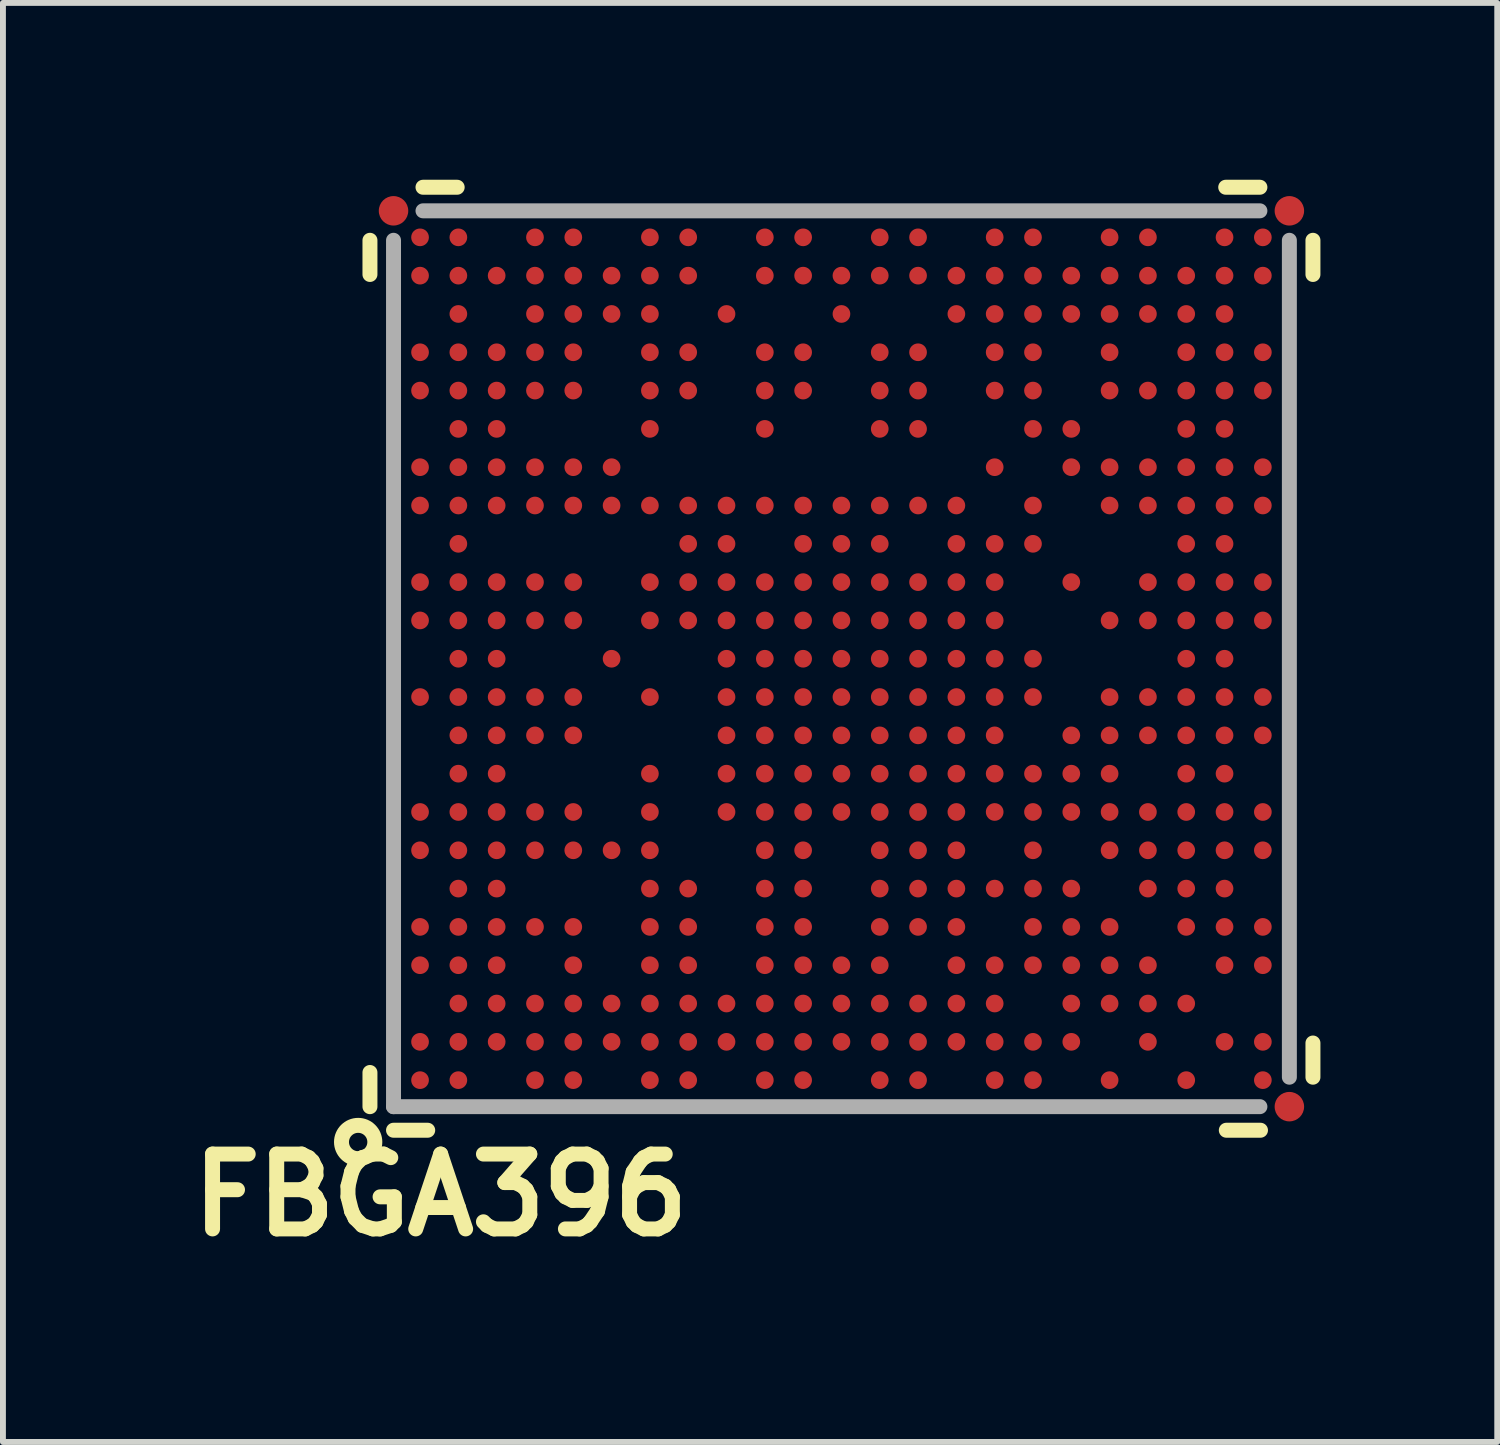
<source format=kicad_pcb>
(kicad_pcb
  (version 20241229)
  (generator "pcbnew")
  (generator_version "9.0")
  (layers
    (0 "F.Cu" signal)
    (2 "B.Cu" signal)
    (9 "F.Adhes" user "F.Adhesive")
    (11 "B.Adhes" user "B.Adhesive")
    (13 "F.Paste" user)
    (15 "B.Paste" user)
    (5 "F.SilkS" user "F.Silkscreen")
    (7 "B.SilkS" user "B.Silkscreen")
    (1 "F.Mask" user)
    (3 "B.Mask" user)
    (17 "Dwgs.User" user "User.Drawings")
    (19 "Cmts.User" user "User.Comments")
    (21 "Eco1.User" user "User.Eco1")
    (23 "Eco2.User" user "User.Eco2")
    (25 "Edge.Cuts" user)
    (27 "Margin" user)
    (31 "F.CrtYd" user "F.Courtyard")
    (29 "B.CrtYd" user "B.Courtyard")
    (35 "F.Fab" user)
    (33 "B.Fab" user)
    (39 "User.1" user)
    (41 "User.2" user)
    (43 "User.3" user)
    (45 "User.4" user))
  (footprint "FBGA396"
    (layer "F.Cu")
    (at 11.227 8.127)
    (property "Reference" "FBGA396" (at -6.8 9.1 0) (layer "F.SilkS") (effects (font (size 1.27 1.27) (thickness 0.254))))
    (attr smd)
    (fp_line (start -8 -7.1) (end -8 -6.52) (stroke (width 0.254) (type solid)) (layer "F.SilkS"))
    (fp_line (start -8 7.02) (end -8 7.6) (stroke (width 0.254) (type solid)) (layer "F.SilkS"))
    (fp_line (start -7.02 8) (end -7.6 8) (stroke (width 0.254) (type solid)) (layer "F.SilkS"))
    (fp_line (start -6.52 -8) (end -7.1 -8) (stroke (width 0.254) (type solid)) (layer "F.SilkS"))
    (fp_line (start 7.1 -8) (end 6.52 -8) (stroke (width 0.254) (type solid)) (layer "F.SilkS"))
    (fp_line (start 7.11 8) (end 6.53 8) (stroke (width 0.254) (type solid)) (layer "F.SilkS"))
    (fp_line (start 8 -7.1) (end 8 -6.52) (stroke (width 0.254) (type solid)) (layer "F.SilkS"))
    (fp_line (start 8 6.52) (end 8 7.1) (stroke (width 0.254) (type solid)) (layer "F.SilkS"))
    (fp_circle (center -8.2 8.2) (end -8 8.4) (stroke (width 0.254) (type solid)) (fill no) (layer "F.SilkS"))
    (fp_line (start -7.6 7.6) (end -7.6 -7.1) (stroke (width 0.254) (type solid)) (layer "F.Fab"))
    (fp_line (start -7.6 7.6) (end 7.1 7.6) (stroke (width 0.254) (type solid)) (layer "F.Fab"))
    (fp_line (start 7.1 -7.6) (end -7.1 -7.6) (stroke (width 0.254) (type solid)) (layer "F.Fab"))
    (fp_line (start 7.6 7.1) (end 7.6 -7.1) (stroke (width 0.254) (type solid)) (layer "F.Fab"))
    (pad "" smd rect (at -7.15 -7.15) (size 0.33 0.33) (layers "F.Paste"))
    (pad "" smd rect (at -7.15 -6.5) (size 0.33 0.33) (layers "F.Paste"))
    (pad "" smd rect (at -7.15 -5.2) (size 0.33 0.33) (layers "F.Paste"))
    (pad "" smd rect (at -7.15 -4.55) (size 0.33 0.33) (layers "F.Paste"))
    (pad "" smd rect (at -7.15 -3.25) (size 0.33 0.33) (layers "F.Paste"))
    (pad "" smd rect (at -7.15 -2.6) (size 0.33 0.33) (layers "F.Paste"))
    (pad "" smd rect (at -7.15 -1.3) (size 0.33 0.33) (layers "F.Paste"))
    (pad "" smd rect (at -7.15 -0.65) (size 0.33 0.33) (layers "F.Paste"))
    (pad "" smd rect (at -7.15 0.65) (size 0.33 0.33) (layers "F.Paste"))
    (pad "" smd rect (at -7.15 2.6) (size 0.33 0.33) (layers "F.Paste"))
    (pad "" smd rect (at -7.15 3.25) (size 0.33 0.33) (layers "F.Paste"))
    (pad "" smd rect (at -7.15 4.55) (size 0.33 0.33) (layers "F.Paste"))
    (pad "" smd rect (at -7.15 5.2) (size 0.33 0.33) (layers "F.Paste"))
    (pad "" smd rect (at -7.15 6.5) (size 0.33 0.33) (layers "F.Paste"))
    (pad "" smd rect (at -7.15 7.15) (size 0.33 0.33) (layers "F.Paste"))
    (pad "" smd rect (at -6.5 -7.15) (size 0.33 0.33) (layers "F.Paste"))
    (pad "" smd rect (at -6.5 -6.5) (size 0.33 0.33) (layers "F.Paste"))
    (pad "" smd rect (at -6.5 -5.85) (size 0.33 0.33) (layers "F.Paste"))
    (pad "" smd rect (at -6.5 -5.2) (size 0.33 0.33) (layers "F.Paste"))
    (pad "" smd rect (at -6.5 -4.55) (size 0.33 0.33) (layers "F.Paste"))
    (pad "" smd rect (at -6.5 -3.9) (size 0.33 0.33) (layers "F.Paste"))
    (pad "" smd rect (at -6.5 -3.25) (size 0.33 0.33) (layers "F.Paste"))
    (pad "" smd rect (at -6.5 -2.6) (size 0.33 0.33) (layers "F.Paste"))
    (pad "" smd rect (at -6.5 -1.95) (size 0.33 0.33) (layers "F.Paste"))
    (pad "" smd rect (at -6.5 -1.3) (size 0.33 0.33) (layers "F.Paste"))
    (pad "" smd rect (at -6.5 -0.65) (size 0.33 0.33) (layers "F.Paste"))
    (pad "" smd rect (at -6.5 0) (size 0.33 0.33) (layers "F.Paste"))
    (pad "" smd rect (at -6.5 0.65) (size 0.33 0.33) (layers "F.Paste"))
    (pad "" smd rect (at -6.5 1.3) (size 0.33 0.33) (layers "F.Paste"))
    (pad "" smd rect (at -6.5 1.95) (size 0.33 0.33) (layers "F.Paste"))
    (pad "" smd rect (at -6.5 2.6) (size 0.33 0.33) (layers "F.Paste"))
    (pad "" smd rect (at -6.5 3.25) (size 0.33 0.33) (layers "F.Paste"))
    (pad "" smd rect (at -6.5 3.9) (size 0.33 0.33) (layers "F.Paste"))
    (pad "" smd rect (at -6.5 4.55) (size 0.33 0.33) (layers "F.Paste"))
    (pad "" smd rect (at -6.5 5.2) (size 0.33 0.33) (layers "F.Paste"))
    (pad "" smd rect (at -6.5 5.85) (size 0.33 0.33) (layers "F.Paste"))
    (pad "" smd rect (at -6.5 6.5) (size 0.33 0.33) (layers "F.Paste"))
    (pad "" smd rect (at -6.5 7.15) (size 0.33 0.33) (layers "F.Paste"))
    (pad "" smd rect (at -5.85 -6.5) (size 0.33 0.33) (layers "F.Paste"))
    (pad "" smd rect (at -5.85 -5.2) (size 0.33 0.33) (layers "F.Paste"))
    (pad "" smd rect (at -5.85 -4.55) (size 0.33 0.33) (layers "F.Paste"))
    (pad "" smd rect (at -5.85 -3.9) (size 0.33 0.33) (layers "F.Paste"))
    (pad "" smd rect (at -5.85 -3.25) (size 0.33 0.33) (layers "F.Paste"))
    (pad "" smd rect (at -5.85 -2.6) (size 0.33 0.33) (layers "F.Paste"))
    (pad "" smd rect (at -5.85 -1.3) (size 0.33 0.33) (layers "F.Paste"))
    (pad "" smd rect (at -5.85 -0.65) (size 0.33 0.33) (layers "F.Paste"))
    (pad "" smd rect (at -5.85 0) (size 0.33 0.33) (layers "F.Paste"))
    (pad "" smd rect (at -5.85 0.65) (size 0.33 0.33) (layers "F.Paste"))
    (pad "" smd rect (at -5.85 1.3) (size 0.33 0.33) (layers "F.Paste"))
    (pad "" smd rect (at -5.85 1.95) (size 0.33 0.33) (layers "F.Paste"))
    (pad "" smd rect (at -5.85 2.6) (size 0.33 0.33) (layers "F.Paste"))
    (pad "" smd rect (at -5.85 3.25) (size 0.33 0.33) (layers "F.Paste"))
    (pad "" smd rect (at -5.85 3.9) (size 0.33 0.33) (layers "F.Paste"))
    (pad "" smd rect (at -5.85 4.55) (size 0.33 0.33) (layers "F.Paste"))
    (pad "" smd rect (at -5.85 5.2) (size 0.33 0.33) (layers "F.Paste"))
    (pad "" smd rect (at -5.85 5.85) (size 0.33 0.33) (layers "F.Paste"))
    (pad "" smd rect (at -5.85 6.5) (size 0.33 0.33) (layers "F.Paste"))
    (pad "" smd rect (at -5.2 -7.15) (size 0.33 0.33) (layers "F.Paste"))
    (pad "" smd rect (at -5.2 -6.5) (size 0.33 0.33) (layers "F.Paste"))
    (pad "" smd rect (at -5.2 -5.85) (size 0.33 0.33) (layers "F.Paste"))
    (pad "" smd rect (at -5.2 -5.2) (size 0.33 0.33) (layers "F.Paste"))
    (pad "" smd rect (at -5.2 -4.55) (size 0.33 0.33) (layers "F.Paste"))
    (pad "" smd rect (at -5.2 -3.25) (size 0.33 0.33) (layers "F.Paste"))
    (pad "" smd rect (at -5.2 -2.6) (size 0.33 0.33) (layers "F.Paste"))
    (pad "" smd rect (at -5.2 -1.3) (size 0.33 0.33) (layers "F.Paste"))
    (pad "" smd rect (at -5.2 -0.65) (size 0.33 0.33) (layers "F.Paste"))
    (pad "" smd rect (at -5.2 0.65) (size 0.33 0.33) (layers "F.Paste"))
    (pad "" smd rect (at -5.2 1.3) (size 0.33 0.33) (layers "F.Paste"))
    (pad "" smd rect (at -5.2 2.6) (size 0.33 0.33) (layers "F.Paste"))
    (pad "" smd rect (at -5.2 3.25) (size 0.33 0.33) (layers "F.Paste"))
    (pad "" smd rect (at -5.2 4.55) (size 0.33 0.33) (layers "F.Paste"))
    (pad "" smd rect (at -5.2 5.85) (size 0.33 0.33) (layers "F.Paste"))
    (pad "" smd rect (at -5.2 6.5) (size 0.33 0.33) (layers "F.Paste"))
    (pad "" smd rect (at -5.2 7.15) (size 0.33 0.33) (layers "F.Paste"))
    (pad "" smd rect (at -4.55 -7.15) (size 0.33 0.33) (layers "F.Paste"))
    (pad "" smd rect (at -4.55 -6.5) (size 0.33 0.33) (layers "F.Paste"))
    (pad "" smd rect (at -4.55 -5.85) (size 0.33 0.33) (layers "F.Paste"))
    (pad "" smd rect (at -4.55 -5.2) (size 0.33 0.33) (layers "F.Paste"))
    (pad "" smd rect (at -4.55 -4.55) (size 0.33 0.33) (layers "F.Paste"))
    (pad "" smd rect (at -4.55 -3.25) (size 0.33 0.33) (layers "F.Paste"))
    (pad "" smd rect (at -4.55 -2.6) (size 0.33 0.33) (layers "F.Paste"))
    (pad "" smd rect (at -4.55 -1.3) (size 0.33 0.33) (layers "F.Paste"))
    (pad "" smd rect (at -4.55 -0.65) (size 0.33 0.33) (layers "F.Paste"))
    (pad "" smd rect (at -4.55 0.65) (size 0.33 0.33) (layers "F.Paste"))
    (pad "" smd rect (at -4.55 1.3) (size 0.33 0.33) (layers "F.Paste"))
    (pad "" smd rect (at -4.55 2.6) (size 0.33 0.33) (layers "F.Paste"))
    (pad "" smd rect (at -4.55 3.25) (size 0.33 0.33) (layers "F.Paste"))
    (pad "" smd rect (at -4.55 4.55) (size 0.33 0.33) (layers "F.Paste"))
    (pad "" smd rect (at -4.55 5.2) (size 0.33 0.33) (layers "F.Paste"))
    (pad "" smd rect (at -4.55 5.85) (size 0.33 0.33) (layers "F.Paste"))
    (pad "" smd rect (at -4.55 6.5) (size 0.33 0.33) (layers "F.Paste"))
    (pad "" smd rect (at -4.55 7.15) (size 0.33 0.33) (layers "F.Paste"))
    (pad "" smd rect (at -3.9 -6.5) (size 0.33 0.33) (layers "F.Paste"))
    (pad "" smd rect (at -3.9 -5.85) (size 0.33 0.33) (layers "F.Paste"))
    (pad "" smd rect (at -3.9 -3.25) (size 0.33 0.33) (layers "F.Paste"))
    (pad "" smd rect (at -3.9 -2.6) (size 0.33 0.33) (layers "F.Paste"))
    (pad "" smd rect (at -3.9 0) (size 0.33 0.33) (layers "F.Paste"))
    (pad "" smd rect (at -3.9 3.25) (size 0.33 0.33) (layers "F.Paste"))
    (pad "" smd rect (at -3.9 5.85) (size 0.33 0.33) (layers "F.Paste"))
    (pad "" smd rect (at -3.9 6.5) (size 0.33 0.33) (layers "F.Paste"))
    (pad "" smd rect (at -3.25 -7.15) (size 0.33 0.33) (layers "F.Paste"))
    (pad "" smd rect (at -3.25 -6.5) (size 0.33 0.33) (layers "F.Paste"))
    (pad "" smd rect (at -3.25 -5.85) (size 0.33 0.33) (layers "F.Paste"))
    (pad "" smd rect (at -3.25 -5.2) (size 0.33 0.33) (layers "F.Paste"))
    (pad "" smd rect (at -3.25 -4.55) (size 0.33 0.33) (layers "F.Paste"))
    (pad "" smd rect (at -3.25 -3.9) (size 0.33 0.33) (layers "F.Paste"))
    (pad "" smd rect (at -3.25 -2.6) (size 0.33 0.33) (layers "F.Paste"))
    (pad "" smd rect (at -3.25 -1.3) (size 0.33 0.33) (layers "F.Paste"))
    (pad "" smd rect (at -3.25 -0.65) (size 0.33 0.33) (layers "F.Paste"))
    (pad "" smd rect (at -3.25 0.65) (size 0.33 0.33) (layers "F.Paste"))
    (pad "" smd rect (at -3.25 1.95) (size 0.33 0.33) (layers "F.Paste"))
    (pad "" smd rect (at -3.25 2.6) (size 0.33 0.33) (layers "F.Paste"))
    (pad "" smd rect (at -3.25 3.25) (size 0.33 0.33) (layers "F.Paste"))
    (pad "" smd rect (at -3.25 3.9) (size 0.33 0.33) (layers "F.Paste"))
    (pad "" smd rect (at -3.25 4.55) (size 0.33 0.33) (layers "F.Paste"))
    (pad "" smd rect (at -3.25 5.2) (size 0.33 0.33) (layers "F.Paste"))
    (pad "" smd rect (at -3.25 5.85) (size 0.33 0.33) (layers "F.Paste"))
    (pad "" smd rect (at -3.25 6.5) (size 0.33 0.33) (layers "F.Paste"))
    (pad "" smd rect (at -3.25 7.15) (size 0.33 0.33) (layers "F.Paste"))
    (pad "" smd rect (at -2.6 -7.15) (size 0.33 0.33) (layers "F.Paste"))
    (pad "" smd rect (at -2.6 -6.5) (size 0.33 0.33) (layers "F.Paste"))
    (pad "" smd rect (at -2.6 -5.2) (size 0.33 0.33) (layers "F.Paste"))
    (pad "" smd rect (at -2.6 -4.55) (size 0.33 0.33) (layers "F.Paste"))
    (pad "" smd rect (at -2.6 -2.6) (size 0.33 0.33) (layers "F.Paste"))
    (pad "" smd rect (at -2.6 -1.95) (size 0.33 0.33) (layers "F.Paste"))
    (pad "" smd rect (at -2.6 -1.3) (size 0.33 0.33) (layers "F.Paste"))
    (pad "" smd rect (at -2.6 -0.65) (size 0.33 0.33) (layers "F.Paste"))
    (pad "" smd rect (at -2.6 3.9) (size 0.33 0.33) (layers "F.Paste"))
    (pad "" smd rect (at -2.6 4.55) (size 0.33 0.33) (layers "F.Paste"))
    (pad "" smd rect (at -2.6 5.2) (size 0.33 0.33) (layers "F.Paste"))
    (pad "" smd rect (at -2.6 5.85) (size 0.33 0.33) (layers "F.Paste"))
    (pad "" smd rect (at -2.6 6.5) (size 0.33 0.33) (layers "F.Paste"))
    (pad "" smd rect (at -2.6 7.15) (size 0.33 0.33) (layers "F.Paste"))
    (pad "" smd rect (at -1.95 -5.85) (size 0.33 0.33) (layers "F.Paste"))
    (pad "" smd rect (at -1.95 -2.6) (size 0.33 0.33) (layers "F.Paste"))
    (pad "" smd rect (at -1.95 -1.95) (size 0.33 0.33) (layers "F.Paste"))
    (pad "" smd rect (at -1.95 -1.3) (size 0.33 0.33) (layers "F.Paste"))
    (pad "" smd rect (at -1.95 -0.65) (size 0.33 0.33) (layers "F.Paste"))
    (pad "" smd rect (at -1.95 0) (size 0.33 0.33) (layers "F.Paste"))
    (pad "" smd rect (at -1.95 0.65) (size 0.33 0.33) (layers "F.Paste"))
    (pad "" smd rect (at -1.95 1.3) (size 0.33 0.33) (layers "F.Paste"))
    (pad "" smd rect (at -1.95 1.95) (size 0.33 0.33) (layers "F.Paste"))
    (pad "" smd rect (at -1.95 2.6) (size 0.33 0.33) (layers "F.Paste"))
    (pad "" smd rect (at -1.95 5.85) (size 0.33 0.33) (layers "F.Paste"))
    (pad "" smd rect (at -1.95 6.5) (size 0.33 0.33) (layers "F.Paste"))
    (pad "" smd rect (at -1.3 -7.15) (size 0.33 0.33) (layers "F.Paste"))
    (pad "" smd rect (at -1.3 -6.5) (size 0.33 0.33) (layers "F.Paste"))
    (pad "" smd rect (at -1.3 -5.2) (size 0.33 0.33) (layers "F.Paste"))
    (pad "" smd rect (at -1.3 -4.55) (size 0.33 0.33) (layers "F.Paste"))
    (pad "" smd rect (at -1.3 -3.9) (size 0.33 0.33) (layers "F.Paste"))
    (pad "" smd rect (at -1.3 -2.6) (size 0.33 0.33) (layers "F.Paste"))
    (pad "" smd rect (at -1.3 -1.3) (size 0.33 0.33) (layers "F.Paste"))
    (pad "" smd rect (at -1.3 -0.65) (size 0.33 0.33) (layers "F.Paste"))
    (pad "" smd rect (at -1.3 0) (size 0.33 0.33) (layers "F.Paste"))
    (pad "" smd rect (at -1.3 0.65) (size 0.33 0.33) (layers "F.Paste"))
    (pad "" smd rect (at -1.3 1.3) (size 0.33 0.33) (layers "F.Paste"))
    (pad "" smd rect (at -1.3 1.95) (size 0.33 0.33) (layers "F.Paste"))
    (pad "" smd rect (at -1.3 2.6) (size 0.33 0.33) (layers "F.Paste"))
    (pad "" smd rect (at -1.3 3.25) (size 0.33 0.33) (layers "F.Paste"))
    (pad "" smd rect (at -1.3 3.9) (size 0.33 0.33) (layers "F.Paste"))
    (pad "" smd rect (at -1.3 4.55) (size 0.33 0.33) (layers "F.Paste"))
    (pad "" smd rect (at -1.3 5.2) (size 0.33 0.33) (layers "F.Paste"))
    (pad "" smd rect (at -1.3 5.85) (size 0.33 0.33) (layers "F.Paste"))
    (pad "" smd rect (at -1.3 6.5) (size 0.33 0.33) (layers "F.Paste"))
    (pad "" smd rect (at -1.3 7.15) (size 0.33 0.33) (layers "F.Paste"))
    (pad "" smd rect (at -0.65 -7.15) (size 0.33 0.33) (layers "F.Paste"))
    (pad "" smd rect (at -0.65 -6.5) (size 0.33 0.33) (layers "F.Paste"))
    (pad "" smd rect (at -0.65 -5.2) (size 0.33 0.33) (layers "F.Paste"))
    (pad "" smd rect (at -0.65 -4.55) (size 0.33 0.33) (layers "F.Paste"))
    (pad "" smd rect (at -0.65 -2.6) (size 0.33 0.33) (layers "F.Paste"))
    (pad "" smd rect (at -0.65 -1.95) (size 0.33 0.33) (layers "F.Paste"))
    (pad "" smd rect (at -0.65 -1.3) (size 0.33 0.33) (layers "F.Paste"))
    (pad "" smd rect (at -0.65 -0.65) (size 0.33 0.33) (layers "F.Paste"))
    (pad "" smd rect (at -0.65 0) (size 0.33 0.33) (layers "F.Paste"))
    (pad "" smd rect (at -0.65 0.65) (size 0.33 0.33) (layers "F.Paste"))
    (pad "" smd rect (at -0.65 1.3) (size 0.33 0.33) (layers "F.Paste"))
    (pad "" smd rect (at -0.65 1.95) (size 0.33 0.33) (layers "F.Paste"))
    (pad "" smd rect (at -0.65 2.6) (size 0.33 0.33) (layers "F.Paste"))
    (pad "" smd rect (at -0.65 3.25) (size 0.33 0.33) (layers "F.Paste"))
    (pad "" smd rect (at -0.65 3.9) (size 0.33 0.33) (layers "F.Paste"))
    (pad "" smd rect (at -0.65 4.55) (size 0.33 0.33) (layers "F.Paste"))
    (pad "" smd rect (at -0.65 5.2) (size 0.33 0.33) (layers "F.Paste"))
    (pad "" smd rect (at -0.65 5.85) (size 0.33 0.33) (layers "F.Paste"))
    (pad "" smd rect (at -0.65 6.5) (size 0.33 0.33) (layers "F.Paste"))
    (pad "" smd rect (at -0.65 7.15) (size 0.33 0.33) (layers "F.Paste"))
    (pad "" smd rect (at 0 -6.5) (size 0.33 0.33) (layers "F.Paste"))
    (pad "" smd rect (at 0 -5.85) (size 0.33 0.33) (layers "F.Paste"))
    (pad "" smd rect (at 0 -2.6) (size 0.33 0.33) (layers "F.Paste"))
    (pad "" smd rect (at 0 -1.95) (size 0.33 0.33) (layers "F.Paste"))
    (pad "" smd rect (at 0 -1.3) (size 0.33 0.33) (layers "F.Paste"))
    (pad "" smd rect (at 0 -0.65) (size 0.33 0.33) (layers "F.Paste"))
    (pad "" smd rect (at 0 0) (size 0.33 0.33) (layers "F.Paste"))
    (pad "" smd rect (at 0 0.65) (size 0.33 0.33) (layers "F.Paste"))
    (pad "" smd rect (at 0 1.3) (size 0.33 0.33) (layers "F.Paste"))
    (pad "" smd rect (at 0 1.95) (size 0.33 0.33) (layers "F.Paste"))
    (pad "" smd rect (at 0 2.6) (size 0.33 0.33) (layers "F.Paste"))
    (pad "" smd rect (at 0 5.2) (size 0.33 0.33) (layers "F.Paste"))
    (pad "" smd rect (at 0 5.85) (size 0.33 0.33) (layers "F.Paste"))
    (pad "" smd rect (at 0 6.5) (size 0.33 0.33) (layers "F.Paste"))
    (pad "" smd rect (at 0.65 -7.15) (size 0.33 0.33) (layers "F.Paste"))
    (pad "" smd rect (at 0.65 -6.5) (size 0.33 0.33) (layers "F.Paste"))
    (pad "" smd rect (at 0.65 -5.2) (size 0.33 0.33) (layers "F.Paste"))
    (pad "" smd rect (at 0.65 -4.55) (size 0.33 0.33) (layers "F.Paste"))
    (pad "" smd rect (at 0.65 -3.9) (size 0.33 0.33) (layers "F.Paste"))
    (pad "" smd rect (at 0.65 -2.6) (size 0.33 0.33) (layers "F.Paste"))
    (pad "" smd rect (at 0.65 -1.95) (size 0.33 0.33) (layers "F.Paste"))
    (pad "" smd rect (at 0.65 -1.3) (size 0.33 0.33) (layers "F.Paste"))
    (pad "" smd rect (at 0.65 -0.65) (size 0.33 0.33) (layers "F.Paste"))
    (pad "" smd rect (at 0.65 0) (size 0.33 0.33) (layers "F.Paste"))
    (pad "" smd rect (at 0.65 0.65) (size 0.33 0.33) (layers "F.Paste"))
    (pad "" smd rect (at 0.65 1.3) (size 0.33 0.33) (layers "F.Paste"))
    (pad "" smd rect (at 0.65 1.95) (size 0.33 0.33) (layers "F.Paste"))
    (pad "" smd rect (at 0.65 2.6) (size 0.33 0.33) (layers "F.Paste"))
    (pad "" smd rect (at 0.65 3.25) (size 0.33 0.33) (layers "F.Paste"))
    (pad "" smd rect (at 0.65 3.9) (size 0.33 0.33) (layers "F.Paste"))
    (pad "" smd rect (at 0.65 4.55) (size 0.33 0.33) (layers "F.Paste"))
    (pad "" smd rect (at 0.65 5.2) (size 0.33 0.33) (layers "F.Paste"))
    (pad "" smd rect (at 0.65 5.85) (size 0.33 0.33) (layers "F.Paste"))
    (pad "" smd rect (at 0.65 6.5) (size 0.33 0.33) (layers "F.Paste"))
    (pad "" smd rect (at 0.65 7.15) (size 0.33 0.33) (layers "F.Paste"))
    (pad "" smd rect (at 1.3 -7.15) (size 0.33 0.33) (layers "F.Paste"))
    (pad "" smd rect (at 1.3 -6.5) (size 0.33 0.33) (layers "F.Paste"))
    (pad "" smd rect (at 1.3 -5.2) (size 0.33 0.33) (layers "F.Paste"))
    (pad "" smd rect (at 1.3 -4.55) (size 0.33 0.33) (layers "F.Paste"))
    (pad "" smd rect (at 1.3 -3.9) (size 0.33 0.33) (layers "F.Paste"))
    (pad "" smd rect (at 1.3 -2.6) (size 0.33 0.33) (layers "F.Paste"))
    (pad "" smd rect (at 1.3 -1.3) (size 0.33 0.33) (layers "F.Paste"))
    (pad "" smd rect (at 1.3 -0.65) (size 0.33 0.33) (layers "F.Paste"))
    (pad "" smd rect (at 1.3 0) (size 0.33 0.33) (layers "F.Paste"))
    (pad "" smd rect (at 1.3 0.65) (size 0.33 0.33) (layers "F.Paste"))
    (pad "" smd rect (at 1.3 1.3) (size 0.33 0.33) (layers "F.Paste"))
    (pad "" smd rect (at 1.3 1.95) (size 0.33 0.33) (layers "F.Paste"))
    (pad "" smd rect (at 1.3 2.6) (size 0.33 0.33) (layers "F.Paste"))
    (pad "" smd rect (at 1.3 3.25) (size 0.33 0.33) (layers "F.Paste"))
    (pad "" smd rect (at 1.3 3.9) (size 0.33 0.33) (layers "F.Paste"))
    (pad "" smd rect (at 1.3 4.55) (size 0.33 0.33) (layers "F.Paste"))
    (pad "" smd rect (at 1.3 5.85) (size 0.33 0.33) (layers "F.Paste"))
    (pad "" smd rect (at 1.3 6.5) (size 0.33 0.33) (layers "F.Paste"))
    (pad "" smd rect (at 1.3 7.15) (size 0.33 0.33) (layers "F.Paste"))
    (pad "" smd rect (at 1.95 -6.5) (size 0.33 0.33) (layers "F.Paste"))
    (pad "" smd rect (at 1.95 -5.85) (size 0.33 0.33) (layers "F.Paste"))
    (pad "" smd rect (at 1.95 -2.6) (size 0.33 0.33) (layers "F.Paste"))
    (pad "" smd rect (at 1.95 -1.95) (size 0.33 0.33) (layers "F.Paste"))
    (pad "" smd rect (at 1.95 -1.3) (size 0.33 0.33) (layers "F.Paste"))
    (pad "" smd rect (at 1.95 -0.65) (size 0.33 0.33) (layers "F.Paste"))
    (pad "" smd rect (at 1.95 0) (size 0.33 0.33) (layers "F.Paste"))
    (pad "" smd rect (at 1.95 0.65) (size 0.33 0.33) (layers "F.Paste"))
    (pad "" smd rect (at 1.95 1.3) (size 0.33 0.33) (layers "F.Paste"))
    (pad "" smd rect (at 1.95 1.95) (size 0.33 0.33) (layers "F.Paste"))
    (pad "" smd rect (at 1.95 2.6) (size 0.33 0.33) (layers "F.Paste"))
    (pad "" smd rect (at 1.95 3.25) (size 0.33 0.33) (layers "F.Paste"))
    (pad "" smd rect (at 1.95 3.9) (size 0.33 0.33) (layers "F.Paste"))
    (pad "" smd rect (at 1.95 4.55) (size 0.33 0.33) (layers "F.Paste"))
    (pad "" smd rect (at 1.95 5.2) (size 0.33 0.33) (layers "F.Paste"))
    (pad "" smd rect (at 1.95 5.85) (size 0.33 0.33) (layers "F.Paste"))
    (pad "" smd rect (at 1.95 6.5) (size 0.33 0.33) (layers "F.Paste"))
    (pad "" smd rect (at 2.6 -7.15) (size 0.33 0.33) (layers "F.Paste"))
    (pad "" smd rect (at 2.6 -6.5) (size 0.33 0.33) (layers "F.Paste"))
    (pad "" smd rect (at 2.6 -5.85) (size 0.33 0.33) (layers "F.Paste"))
    (pad "" smd rect (at 2.6 -5.2) (size 0.33 0.33) (layers "F.Paste"))
    (pad "" smd rect (at 2.6 -4.55) (size 0.33 0.33) (layers "F.Paste"))
    (pad "" smd rect (at 2.6 -3.25) (size 0.33 0.33) (layers "F.Paste"))
    (pad "" smd rect (at 2.6 -1.95) (size 0.33 0.33) (layers "F.Paste"))
    (pad "" smd rect (at 2.6 -1.3) (size 0.33 0.33) (layers "F.Paste"))
    (pad "" smd rect (at 2.6 -0.65) (size 0.33 0.33) (layers "F.Paste"))
    (pad "" smd rect (at 2.6 0) (size 0.33 0.33) (layers "F.Paste"))
    (pad "" smd rect (at 2.6 0.65) (size 0.33 0.33) (layers "F.Paste"))
    (pad "" smd rect (at 2.6 1.3) (size 0.33 0.33) (layers "F.Paste"))
    (pad "" smd rect (at 2.6 1.95) (size 0.33 0.33) (layers "F.Paste"))
    (pad "" smd rect (at 2.6 2.6) (size 0.33 0.33) (layers "F.Paste"))
    (pad "" smd rect (at 2.6 3.9) (size 0.33 0.33) (layers "F.Paste"))
    (pad "" smd rect (at 2.6 5.2) (size 0.33 0.33) (layers "F.Paste"))
    (pad "" smd rect (at 2.6 5.85) (size 0.33 0.33) (layers "F.Paste"))
    (pad "" smd rect (at 2.6 6.5) (size 0.33 0.33) (layers "F.Paste"))
    (pad "" smd rect (at 2.6 7.15) (size 0.33 0.33) (layers "F.Paste"))
    (pad "" smd rect (at 3.25 -7.15) (size 0.33 0.33) (layers "F.Paste"))
    (pad "" smd rect (at 3.25 -6.5) (size 0.33 0.33) (layers "F.Paste"))
    (pad "" smd rect (at 3.25 -5.85) (size 0.33 0.33) (layers "F.Paste"))
    (pad "" smd rect (at 3.25 -5.2) (size 0.33 0.33) (layers "F.Paste"))
    (pad "" smd rect (at 3.25 -4.55) (size 0.33 0.33) (layers "F.Paste"))
    (pad "" smd rect (at 3.25 -3.9) (size 0.33 0.33) (layers "F.Paste"))
    (pad "" smd rect (at 3.25 -2.6) (size 0.33 0.33) (layers "F.Paste"))
    (pad "" smd rect (at 3.25 -1.95) (size 0.33 0.33) (layers "F.Paste"))
    (pad "" smd rect (at 3.25 0) (size 0.33 0.33) (layers "F.Paste"))
    (pad "" smd rect (at 3.25 0.65) (size 0.33 0.33) (layers "F.Paste"))
    (pad "" smd rect (at 3.25 1.95) (size 0.33 0.33) (layers "F.Paste"))
    (pad "" smd rect (at 3.25 2.6) (size 0.33 0.33) (layers "F.Paste"))
    (pad "" smd rect (at 3.25 3.25) (size 0.33 0.33) (layers "F.Paste"))
    (pad "" smd rect (at 3.25 3.9) (size 0.33 0.33) (layers "F.Paste"))
    (pad "" smd rect (at 3.25 4.55) (size 0.33 0.33) (layers "F.Paste"))
    (pad "" smd rect (at 3.25 5.2) (size 0.33 0.33) (layers "F.Paste"))
    (pad "" smd rect (at 3.25 6.5) (size 0.33 0.33) (layers "F.Paste"))
    (pad "" smd rect (at 3.25 7.15) (size 0.33 0.33) (layers "F.Paste"))
    (pad "" smd rect (at 3.9 -6.5) (size 0.33 0.33) (layers "F.Paste"))
    (pad "" smd rect (at 3.9 -5.85) (size 0.33 0.33) (layers "F.Paste"))
    (pad "" smd rect (at 3.9 -3.9) (size 0.33 0.33) (layers "F.Paste"))
    (pad "" smd rect (at 3.9 -3.25) (size 0.33 0.33) (layers "F.Paste"))
    (pad "" smd rect (at 3.9 -1.3) (size 0.33 0.33) (layers "F.Paste"))
    (pad "" smd rect (at 3.9 1.3) (size 0.33 0.33) (layers "F.Paste"))
    (pad "" smd rect (at 3.9 1.95) (size 0.33 0.33) (layers "F.Paste"))
    (pad "" smd rect (at 3.9 2.6) (size 0.33 0.33) (layers "F.Paste"))
    (pad "" smd rect (at 3.9 3.9) (size 0.33 0.33) (layers "F.Paste"))
    (pad "" smd rect (at 3.9 4.55) (size 0.33 0.33) (layers "F.Paste"))
    (pad "" smd rect (at 3.9 5.2) (size 0.33 0.33) (layers "F.Paste"))
    (pad "" smd rect (at 3.9 5.85) (size 0.33 0.33) (layers "F.Paste"))
    (pad "" smd rect (at 3.9 6.5) (size 0.33 0.33) (layers "F.Paste"))
    (pad "" smd rect (at 4.55 -7.15) (size 0.33 0.33) (layers "F.Paste"))
    (pad "" smd rect (at 4.55 -6.5) (size 0.33 0.33) (layers "F.Paste"))
    (pad "" smd rect (at 4.55 -5.85) (size 0.33 0.33) (layers "F.Paste"))
    (pad "" smd rect (at 4.55 -5.2) (size 0.33 0.33) (layers "F.Paste"))
    (pad "" smd rect (at 4.55 -4.55) (size 0.33 0.33) (layers "F.Paste"))
    (pad "" smd rect (at 4.55 -3.25) (size 0.33 0.33) (layers "F.Paste"))
    (pad "" smd rect (at 4.55 -2.6) (size 0.33 0.33) (layers "F.Paste"))
    (pad "" smd rect (at 4.55 -0.65) (size 0.33 0.33) (layers "F.Paste"))
    (pad "" smd rect (at 4.55 0.65) (size 0.33 0.33) (layers "F.Paste"))
    (pad "" smd rect (at 4.55 1.3) (size 0.33 0.33) (layers "F.Paste"))
    (pad "" smd rect (at 4.55 1.95) (size 0.33 0.33) (layers "F.Paste"))
    (pad "" smd rect (at 4.55 2.6) (size 0.33 0.33) (layers "F.Paste"))
    (pad "" smd rect (at 4.55 3.25) (size 0.33 0.33) (layers "F.Paste"))
    (pad "" smd rect (at 4.55 4.55) (size 0.33 0.33) (layers "F.Paste"))
    (pad "" smd rect (at 4.55 5.2) (size 0.33 0.33) (layers "F.Paste"))
    (pad "" smd rect (at 4.55 5.85) (size 0.33 0.33) (layers "F.Paste"))
    (pad "" smd rect (at 4.55 7.15) (size 0.33 0.33) (layers "F.Paste"))
    (pad "" smd rect (at 5.2 -7.15) (size 0.33 0.33) (layers "F.Paste"))
    (pad "" smd rect (at 5.2 -6.5) (size 0.33 0.33) (layers "F.Paste"))
    (pad "" smd rect (at 5.2 -5.85) (size 0.33 0.33) (layers "F.Paste"))
    (pad "" smd rect (at 5.2 -4.55) (size 0.33 0.33) (layers "F.Paste"))
    (pad "" smd rect (at 5.2 -3.25) (size 0.33 0.33) (layers "F.Paste"))
    (pad "" smd rect (at 5.2 -2.6) (size 0.33 0.33) (layers "F.Paste"))
    (pad "" smd rect (at 5.2 -1.3) (size 0.33 0.33) (layers "F.Paste"))
    (pad "" smd rect (at 5.2 -0.65) (size 0.33 0.33) (layers "F.Paste"))
    (pad "" smd rect (at 5.2 0.65) (size 0.33 0.33) (layers "F.Paste"))
    (pad "" smd rect (at 5.2 1.3) (size 0.33 0.33) (layers "F.Paste"))
    (pad "" smd rect (at 5.2 2.6) (size 0.33 0.33) (layers "F.Paste"))
    (pad "" smd rect (at 5.2 3.25) (size 0.33 0.33) (layers "F.Paste"))
    (pad "" smd rect (at 5.2 3.9) (size 0.33 0.33) (layers "F.Paste"))
    (pad "" smd rect (at 5.2 5.2) (size 0.33 0.33) (layers "F.Paste"))
    (pad "" smd rect (at 5.2 5.85) (size 0.33 0.33) (layers "F.Paste"))
    (pad "" smd rect (at 5.2 6.5) (size 0.33 0.33) (layers "F.Paste"))
    (pad "" smd rect (at 5.85 -6.5) (size 0.33 0.33) (layers "F.Paste"))
    (pad "" smd rect (at 5.85 -5.85) (size 0.33 0.33) (layers "F.Paste"))
    (pad "" smd rect (at 5.85 -5.2) (size 0.33 0.33) (layers "F.Paste"))
    (pad "" smd rect (at 5.85 -4.55) (size 0.33 0.33) (layers "F.Paste"))
    (pad "" smd rect (at 5.85 -3.9) (size 0.33 0.33) (layers "F.Paste"))
    (pad "" smd rect (at 5.85 -3.25) (size 0.33 0.33) (layers "F.Paste"))
    (pad "" smd rect (at 5.85 -2.6) (size 0.33 0.33) (layers "F.Paste"))
    (pad "" smd rect (at 5.85 -1.95) (size 0.33 0.33) (layers "F.Paste"))
    (pad "" smd rect (at 5.85 -1.3) (size 0.33 0.33) (layers "F.Paste"))
    (pad "" smd rect (at 5.85 -0.65) (size 0.33 0.33) (layers "F.Paste"))
    (pad "" smd rect (at 5.85 0) (size 0.33 0.33) (layers "F.Paste"))
    (pad "" smd rect (at 5.85 0.65) (size 0.33 0.33) (layers "F.Paste"))
    (pad "" smd rect (at 5.85 1.3) (size 0.33 0.33) (layers "F.Paste"))
    (pad "" smd rect (at 5.85 1.95) (size 0.33 0.33) (layers "F.Paste"))
    (pad "" smd rect (at 5.85 2.6) (size 0.33 0.33) (layers "F.Paste"))
    (pad "" smd rect (at 5.85 3.25) (size 0.33 0.33) (layers "F.Paste"))
    (pad "" smd rect (at 5.85 3.9) (size 0.33 0.33) (layers "F.Paste"))
    (pad "" smd rect (at 5.85 4.55) (size 0.33 0.33) (layers "F.Paste"))
    (pad "" smd rect (at 5.85 5.85) (size 0.33 0.33) (layers "F.Paste"))
    (pad "" smd rect (at 5.85 7.15) (size 0.33 0.33) (layers "F.Paste"))
    (pad "" smd rect (at 6.5 -7.15) (size 0.33 0.33) (layers "F.Paste"))
    (pad "" smd rect (at 6.5 -6.5) (size 0.33 0.33) (layers "F.Paste"))
    (pad "" smd rect (at 6.5 -5.85) (size 0.33 0.33) (layers "F.Paste"))
    (pad "" smd rect (at 6.5 -5.2) (size 0.33 0.33) (layers "F.Paste"))
    (pad "" smd rect (at 6.5 -4.55) (size 0.33 0.33) (layers "F.Paste"))
    (pad "" smd rect (at 6.5 -3.9) (size 0.33 0.33) (layers "F.Paste"))
    (pad "" smd rect (at 6.5 -3.25) (size 0.33 0.33) (layers "F.Paste"))
    (pad "" smd rect (at 6.5 -2.6) (size 0.33 0.33) (layers "F.Paste"))
    (pad "" smd rect (at 6.5 -1.95) (size 0.33 0.33) (layers "F.Paste"))
    (pad "" smd rect (at 6.5 -1.3) (size 0.33 0.33) (layers "F.Paste"))
    (pad "" smd rect (at 6.5 -0.65) (size 0.33 0.33) (layers "F.Paste"))
    (pad "" smd rect (at 6.5 0) (size 0.33 0.33) (layers "F.Paste"))
    (pad "" smd rect (at 6.5 0.65) (size 0.33 0.33) (layers "F.Paste"))
    (pad "" smd rect (at 6.5 1.3) (size 0.33 0.33) (layers "F.Paste"))
    (pad "" smd rect (at 6.5 1.95) (size 0.33 0.33) (layers "F.Paste"))
    (pad "" smd rect (at 6.5 2.6) (size 0.33 0.33) (layers "F.Paste"))
    (pad "" smd rect (at 6.5 3.25) (size 0.33 0.33) (layers "F.Paste"))
    (pad "" smd rect (at 6.5 3.9) (size 0.33 0.33) (layers "F.Paste"))
    (pad "" smd rect (at 6.5 4.55) (size 0.33 0.33) (layers "F.Paste"))
    (pad "" smd rect (at 6.5 5.2) (size 0.33 0.33) (layers "F.Paste"))
    (pad "" smd rect (at 6.5 6.5) (size 0.33 0.33) (layers "F.Paste"))
    (pad "" smd rect (at 7.15 -7.15) (size 0.33 0.33) (layers "F.Paste"))
    (pad "" smd rect (at 7.15 -6.5) (size 0.33 0.33) (layers "F.Paste"))
    (pad "" smd rect (at 7.15 -5.2) (size 0.33 0.33) (layers "F.Paste"))
    (pad "" smd rect (at 7.15 -4.55) (size 0.33 0.33) (layers "F.Paste"))
    (pad "" smd rect (at 7.15 -3.25) (size 0.33 0.33) (layers "F.Paste"))
    (pad "" smd rect (at 7.15 -2.6) (size 0.33 0.33) (layers "F.Paste"))
    (pad "" smd rect (at 7.15 -1.3) (size 0.33 0.33) (layers "F.Paste"))
    (pad "" smd rect (at 7.15 -0.65) (size 0.33 0.33) (layers "F.Paste"))
    (pad "" smd rect (at 7.15 0.65) (size 0.33 0.33) (layers "F.Paste"))
    (pad "" smd rect (at 7.15 1.3) (size 0.33 0.33) (layers "F.Paste"))
    (pad "" smd rect (at 7.15 2.6) (size 0.33 0.33) (layers "F.Paste"))
    (pad "" smd rect (at 7.15 3.25) (size 0.33 0.33) (layers "F.Paste"))
    (pad "" smd rect (at 7.15 4.55) (size 0.33 0.33) (layers "F.Paste"))
    (pad "" smd rect (at 7.15 5.2) (size 0.33 0.33) (layers "F.Paste"))
    (pad "" smd rect (at 7.15 6.5) (size 0.33 0.33) (layers "F.Paste"))
    (pad "" smd rect (at 7.15 7.15) (size 0.33 0.33) (layers "F.Paste"))
    (pad "A1" smd circle (at -7.15 7.15) (size 0.3 0.3) (layers "F.Cu" "F.Mask"))
    (pad "A2" smd circle (at -7.15 6.5) (size 0.3 0.3) (layers "F.Cu" "F.Mask"))
    (pad "A4" smd circle (at -7.15 5.2) (size 0.3 0.3) (layers "F.Cu" "F.Mask"))
    (pad "A5" smd circle (at -7.15 4.55) (size 0.3 0.3) (layers "F.Cu" "F.Mask"))
    (pad "A7" smd circle (at -7.15 3.25) (size 0.3 0.3) (layers "F.Cu" "F.Mask"))
    (pad "A8" smd circle (at -7.15 2.6) (size 0.3 0.3) (layers "F.Cu" "F.Mask"))
    (pad "A11" smd circle (at -7.15 0.65) (size 0.3 0.3) (layers "F.Cu" "F.Mask"))
    (pad "A13" smd circle (at -7.15 -0.65) (size 0.3 0.3) (layers "F.Cu" "F.Mask"))
    (pad "A14" smd circle (at -7.15 -1.3) (size 0.3 0.3) (layers "F.Cu" "F.Mask"))
    (pad "A16" smd circle (at -7.15 -2.6) (size 0.3 0.3) (layers "F.Cu" "F.Mask"))
    (pad "A17" smd circle (at -7.15 -3.25) (size 0.3 0.3) (layers "F.Cu" "F.Mask"))
    (pad "A19" smd circle (at -7.15 -4.55) (size 0.3 0.3) (layers "F.Cu" "F.Mask"))
    (pad "A20" smd circle (at -7.15 -5.2) (size 0.3 0.3) (layers "F.Cu" "F.Mask"))
    (pad "A22" smd circle (at -7.15 -6.5) (size 0.3 0.3) (layers "F.Cu" "F.Mask"))
    (pad "A23" smd circle (at -7.15 -7.15) (size 0.3 0.3) (layers "F.Cu" "F.Mask"))
    (pad "AA1" smd circle (at 5.85 7.15) (size 0.3 0.3) (layers "F.Cu" "F.Mask"))
    (pad "AA3" smd circle (at 5.85 5.85) (size 0.3 0.3) (layers "F.Cu" "F.Mask"))
    (pad "AA5" smd circle (at 5.85 4.55) (size 0.3 0.3) (layers "F.Cu" "F.Mask"))
    (pad "AA6" smd circle (at 5.85 3.9) (size 0.3 0.3) (layers "F.Cu" "F.Mask"))
    (pad "AA7" smd circle (at 5.85 3.25) (size 0.3 0.3) (layers "F.Cu" "F.Mask"))
    (pad "AA8" smd circle (at 5.85 2.6) (size 0.3 0.3) (layers "F.Cu" "F.Mask"))
    (pad "AA9" smd circle (at 5.85 1.95) (size 0.3 0.3) (layers "F.Cu" "F.Mask"))
    (pad "AA10" smd circle (at 5.85 1.3) (size 0.3 0.3) (layers "F.Cu" "F.Mask"))
    (pad "AA11" smd circle (at 5.85 0.65) (size 0.3 0.3) (layers "F.Cu" "F.Mask"))
    (pad "AA12" smd circle (at 5.85 0) (size 0.3 0.3) (layers "F.Cu" "F.Mask"))
    (pad "AA13" smd circle (at 5.85 -0.65) (size 0.3 0.3) (layers "F.Cu" "F.Mask"))
    (pad "AA14" smd circle (at 5.85 -1.3) (size 0.3 0.3) (layers "F.Cu" "F.Mask"))
    (pad "AA15" smd circle (at 5.85 -1.95) (size 0.3 0.3) (layers "F.Cu" "F.Mask"))
    (pad "AA16" smd circle (at 5.85 -2.6) (size 0.3 0.3) (layers "F.Cu" "F.Mask"))
    (pad "AA17" smd circle (at 5.85 -3.25) (size 0.3 0.3) (layers "F.Cu" "F.Mask"))
    (pad "AA18" smd circle (at 5.85 -3.9) (size 0.3 0.3) (layers "F.Cu" "F.Mask"))
    (pad "AA19" smd circle (at 5.85 -4.55) (size 0.3 0.3) (layers "F.Cu" "F.Mask"))
    (pad "AA20" smd circle (at 5.85 -5.2) (size 0.3 0.3) (layers "F.Cu" "F.Mask"))
    (pad "AA21" smd circle (at 5.85 -5.85) (size 0.3 0.3) (layers "F.Cu" "F.Mask"))
    (pad "AA22" smd circle (at 5.85 -6.5) (size 0.3 0.3) (layers "F.Cu" "F.Mask"))
    (pad "AB2" smd circle (at 6.5 6.5) (size 0.3 0.3) (layers "F.Cu" "F.Mask"))
    (pad "AB4" smd circle (at 6.5 5.2) (size 0.3 0.3) (layers "F.Cu" "F.Mask"))
    (pad "AB5" smd circle (at 6.5 4.55) (size 0.3 0.3) (layers "F.Cu" "F.Mask"))
    (pad "AB6" smd circle (at 6.5 3.9) (size 0.3 0.3) (layers "F.Cu" "F.Mask"))
    (pad "AB7" smd circle (at 6.5 3.25) (size 0.3 0.3) (layers "F.Cu" "F.Mask"))
    (pad "AB8" smd circle (at 6.5 2.6) (size 0.3 0.3) (layers "F.Cu" "F.Mask"))
    (pad "AB9" smd circle (at 6.5 1.95) (size 0.3 0.3) (layers "F.Cu" "F.Mask"))
    (pad "AB10" smd circle (at 6.5 1.3) (size 0.3 0.3) (layers "F.Cu" "F.Mask"))
    (pad "AB11" smd circle (at 6.5 0.65) (size 0.3 0.3) (layers "F.Cu" "F.Mask"))
    (pad "AB12" smd circle (at 6.5 0) (size 0.3 0.3) (layers "F.Cu" "F.Mask"))
    (pad "AB13" smd circle (at 6.5 -0.65) (size 0.3 0.3) (layers "F.Cu" "F.Mask"))
    (pad "AB14" smd circle (at 6.5 -1.3) (size 0.3 0.3) (layers "F.Cu" "F.Mask"))
    (pad "AB15" smd circle (at 6.5 -1.95) (size 0.3 0.3) (layers "F.Cu" "F.Mask"))
    (pad "AB16" smd circle (at 6.5 -2.6) (size 0.3 0.3) (layers "F.Cu" "F.Mask"))
    (pad "AB17" smd circle (at 6.5 -3.25) (size 0.3 0.3) (layers "F.Cu" "F.Mask"))
    (pad "AB18" smd circle (at 6.5 -3.9) (size 0.3 0.3) (layers "F.Cu" "F.Mask"))
    (pad "AB19" smd circle (at 6.5 -4.55) (size 0.3 0.3) (layers "F.Cu" "F.Mask"))
    (pad "AB20" smd circle (at 6.5 -5.2) (size 0.3 0.3) (layers "F.Cu" "F.Mask"))
    (pad "AB21" smd circle (at 6.5 -5.85) (size 0.3 0.3) (layers "F.Cu" "F.Mask"))
    (pad "AB22" smd circle (at 6.5 -6.5) (size 0.3 0.3) (layers "F.Cu" "F.Mask"))
    (pad "AB23" smd circle (at 6.5 -7.15) (size 0.3 0.3) (layers "F.Cu" "F.Mask"))
    (pad "AC1" smd circle (at 7.15 7.15) (size 0.3 0.3) (layers "F.Cu" "F.Mask"))
    (pad "AC2" smd circle (at 7.15 6.5) (size 0.3 0.3) (layers "F.Cu" "F.Mask"))
    (pad "AC4" smd circle (at 7.15 5.2) (size 0.3 0.3) (layers "F.Cu" "F.Mask"))
    (pad "AC5" smd circle (at 7.15 4.55) (size 0.3 0.3) (layers "F.Cu" "F.Mask"))
    (pad "AC7" smd circle (at 7.15 3.25) (size 0.3 0.3) (layers "F.Cu" "F.Mask"))
    (pad "AC8" smd circle (at 7.15 2.6) (size 0.3 0.3) (layers "F.Cu" "F.Mask"))
    (pad "AC10" smd circle (at 7.15 1.3) (size 0.3 0.3) (layers "F.Cu" "F.Mask"))
    (pad "AC11" smd circle (at 7.15 0.65) (size 0.3 0.3) (layers "F.Cu" "F.Mask"))
    (pad "AC13" smd circle (at 7.15 -0.65) (size 0.3 0.3) (layers "F.Cu" "F.Mask"))
    (pad "AC14" smd circle (at 7.15 -1.3) (size 0.3 0.3) (layers "F.Cu" "F.Mask"))
    (pad "AC16" smd circle (at 7.15 -2.6) (size 0.3 0.3) (layers "F.Cu" "F.Mask"))
    (pad "AC17" smd circle (at 7.15 -3.25) (size 0.3 0.3) (layers "F.Cu" "F.Mask"))
    (pad "AC19" smd circle (at 7.15 -4.55) (size 0.3 0.3) (layers "F.Cu" "F.Mask"))
    (pad "AC20" smd circle (at 7.15 -5.2) (size 0.3 0.3) (layers "F.Cu" "F.Mask"))
    (pad "AC22" smd circle (at 7.15 -6.5) (size 0.3 0.3) (layers "F.Cu" "F.Mask"))
    (pad "AC23" smd circle (at 7.15 -7.15) (size 0.3 0.3) (layers "F.Cu" "F.Mask"))
    (pad "B1" smd circle (at -6.5 7.15) (size 0.3 0.3) (layers "F.Cu" "F.Mask"))
    (pad "B2" smd circle (at -6.5 6.5) (size 0.3 0.3) (layers "F.Cu" "F.Mask"))
    (pad "B3" smd circle (at -6.5 5.85) (size 0.3 0.3) (layers "F.Cu" "F.Mask"))
    (pad "B4" smd circle (at -6.5 5.2) (size 0.3 0.3) (layers "F.Cu" "F.Mask"))
    (pad "B5" smd circle (at -6.5 4.55) (size 0.3 0.3) (layers "F.Cu" "F.Mask"))
    (pad "B6" smd circle (at -6.5 3.9) (size 0.3 0.3) (layers "F.Cu" "F.Mask"))
    (pad "B7" smd circle (at -6.5 3.25) (size 0.3 0.3) (layers "F.Cu" "F.Mask"))
    (pad "B8" smd circle (at -6.5 2.6) (size 0.3 0.3) (layers "F.Cu" "F.Mask"))
    (pad "B9" smd circle (at -6.5 1.95) (size 0.3 0.3) (layers "F.Cu" "F.Mask"))
    (pad "B10" smd circle (at -6.5 1.3) (size 0.3 0.3) (layers "F.Cu" "F.Mask"))
    (pad "B11" smd circle (at -6.5 0.65) (size 0.3 0.3) (layers "F.Cu" "F.Mask"))
    (pad "B12" smd circle (at -6.5 0) (size 0.3 0.3) (layers "F.Cu" "F.Mask"))
    (pad "B13" smd circle (at -6.5 -0.65) (size 0.3 0.3) (layers "F.Cu" "F.Mask"))
    (pad "B14" smd circle (at -6.5 -1.3) (size 0.3 0.3) (layers "F.Cu" "F.Mask"))
    (pad "B15" smd circle (at -6.5 -1.95) (size 0.3 0.3) (layers "F.Cu" "F.Mask"))
    (pad "B16" smd circle (at -6.5 -2.6) (size 0.3 0.3) (layers "F.Cu" "F.Mask"))
    (pad "B17" smd circle (at -6.5 -3.25) (size 0.3 0.3) (layers "F.Cu" "F.Mask"))
    (pad "B18" smd circle (at -6.5 -3.9) (size 0.3 0.3) (layers "F.Cu" "F.Mask"))
    (pad "B19" smd circle (at -6.5 -4.55) (size 0.3 0.3) (layers "F.Cu" "F.Mask"))
    (pad "B20" smd circle (at -6.5 -5.2) (size 0.3 0.3) (layers "F.Cu" "F.Mask"))
    (pad "B21" smd circle (at -6.5 -5.85) (size 0.3 0.3) (layers "F.Cu" "F.Mask"))
    (pad "B22" smd circle (at -6.5 -6.5) (size 0.3 0.3) (layers "F.Cu" "F.Mask"))
    (pad "B23" smd circle (at -6.5 -7.15) (size 0.3 0.3) (layers "F.Cu" "F.Mask"))
    (pad "C2" smd circle (at -5.85 6.5) (size 0.3 0.3) (layers "F.Cu" "F.Mask"))
    (pad "C3" smd circle (at -5.85 5.85) (size 0.3 0.3) (layers "F.Cu" "F.Mask"))
    (pad "C4" smd circle (at -5.85 5.2) (size 0.3 0.3) (layers "F.Cu" "F.Mask"))
    (pad "C5" smd circle (at -5.85 4.55) (size 0.3 0.3) (layers "F.Cu" "F.Mask"))
    (pad "C6" smd circle (at -5.85 3.9) (size 0.3 0.3) (layers "F.Cu" "F.Mask"))
    (pad "C7" smd circle (at -5.85 3.25) (size 0.3 0.3) (layers "F.Cu" "F.Mask"))
    (pad "C8" smd circle (at -5.85 2.6) (size 0.3 0.3) (layers "F.Cu" "F.Mask"))
    (pad "C9" smd circle (at -5.85 1.95) (size 0.3 0.3) (layers "F.Cu" "F.Mask"))
    (pad "C10" smd circle (at -5.85 1.3) (size 0.3 0.3) (layers "F.Cu" "F.Mask"))
    (pad "C11" smd circle (at -5.85 0.65) (size 0.3 0.3) (layers "F.Cu" "F.Mask"))
    (pad "C12" smd circle (at -5.85 0) (size 0.3 0.3) (layers "F.Cu" "F.Mask"))
    (pad "C13" smd circle (at -5.85 -0.65) (size 0.3 0.3) (layers "F.Cu" "F.Mask"))
    (pad "C14" smd circle (at -5.85 -1.3) (size 0.3 0.3) (layers "F.Cu" "F.Mask"))
    (pad "C16" smd circle (at -5.85 -2.6) (size 0.3 0.3) (layers "F.Cu" "F.Mask"))
    (pad "C17" smd circle (at -5.85 -3.25) (size 0.3 0.3) (layers "F.Cu" "F.Mask"))
    (pad "C18" smd circle (at -5.85 -3.9) (size 0.3 0.3) (layers "F.Cu" "F.Mask"))
    (pad "C19" smd circle (at -5.85 -4.55) (size 0.3 0.3) (layers "F.Cu" "F.Mask"))
    (pad "C20" smd circle (at -5.85 -5.2) (size 0.3 0.3) (layers "F.Cu" "F.Mask"))
    (pad "C22" smd circle (at -5.85 -6.5) (size 0.3 0.3) (layers "F.Cu" "F.Mask"))
    (pad "D1" smd circle (at -5.2 7.15) (size 0.3 0.3) (layers "F.Cu" "F.Mask"))
    (pad "D2" smd circle (at -5.2 6.5) (size 0.3 0.3) (layers "F.Cu" "F.Mask"))
    (pad "D3" smd circle (at -5.2 5.85) (size 0.3 0.3) (layers "F.Cu" "F.Mask"))
    (pad "D5" smd circle (at -5.2 4.55) (size 0.3 0.3) (layers "F.Cu" "F.Mask"))
    (pad "D7" smd circle (at -5.2 3.25) (size 0.3 0.3) (layers "F.Cu" "F.Mask"))
    (pad "D8" smd circle (at -5.2 2.6) (size 0.3 0.3) (layers "F.Cu" "F.Mask"))
    (pad "D10" smd circle (at -5.2 1.3) (size 0.3 0.3) (layers "F.Cu" "F.Mask"))
    (pad "D11" smd circle (at -5.2 0.65) (size 0.3 0.3) (layers "F.Cu" "F.Mask"))
    (pad "D13" smd circle (at -5.2 -0.65) (size 0.3 0.3) (layers "F.Cu" "F.Mask"))
    (pad "D14" smd circle (at -5.2 -1.3) (size 0.3 0.3) (layers "F.Cu" "F.Mask"))
    (pad "D16" smd circle (at -5.2 -2.6) (size 0.3 0.3) (layers "F.Cu" "F.Mask"))
    (pad "D17" smd circle (at -5.2 -3.25) (size 0.3 0.3) (layers "F.Cu" "F.Mask"))
    (pad "D19" smd circle (at -5.2 -4.55) (size 0.3 0.3) (layers "F.Cu" "F.Mask"))
    (pad "D20" smd circle (at -5.2 -5.2) (size 0.3 0.3) (layers "F.Cu" "F.Mask"))
    (pad "D21" smd circle (at -5.2 -5.85) (size 0.3 0.3) (layers "F.Cu" "F.Mask"))
    (pad "D22" smd circle (at -5.2 -6.5) (size 0.3 0.3) (layers "F.Cu" "F.Mask"))
    (pad "D23" smd circle (at -5.2 -7.15) (size 0.3 0.3) (layers "F.Cu" "F.Mask"))
    (pad "E1" smd circle (at -4.55 7.15) (size 0.3 0.3) (layers "F.Cu" "F.Mask"))
    (pad "E2" smd circle (at -4.55 6.5) (size 0.3 0.3) (layers "F.Cu" "F.Mask"))
    (pad "E3" smd circle (at -4.55 5.85) (size 0.3 0.3) (layers "F.Cu" "F.Mask"))
    (pad "E4" smd circle (at -4.55 5.2) (size 0.3 0.3) (layers "F.Cu" "F.Mask"))
    (pad "E5" smd circle (at -4.55 4.55) (size 0.3 0.3) (layers "F.Cu" "F.Mask"))
    (pad "E7" smd circle (at -4.55 3.25) (size 0.3 0.3) (layers "F.Cu" "F.Mask"))
    (pad "E8" smd circle (at -4.55 2.6) (size 0.3 0.3) (layers "F.Cu" "F.Mask"))
    (pad "E10" smd circle (at -4.55 1.3) (size 0.3 0.3) (layers "F.Cu" "F.Mask"))
    (pad "E11" smd circle (at -4.55 0.65) (size 0.3 0.3) (layers "F.Cu" "F.Mask"))
    (pad "E13" smd circle (at -4.55 -0.65) (size 0.3 0.3) (layers "F.Cu" "F.Mask"))
    (pad "E14" smd circle (at -4.55 -1.3) (size 0.3 0.3) (layers "F.Cu" "F.Mask"))
    (pad "E16" smd circle (at -4.55 -2.6) (size 0.3 0.3) (layers "F.Cu" "F.Mask"))
    (pad "E17" smd circle (at -4.55 -3.25) (size 0.3 0.3) (layers "F.Cu" "F.Mask"))
    (pad "E19" smd circle (at -4.55 -4.55) (size 0.3 0.3) (layers "F.Cu" "F.Mask"))
    (pad "E20" smd circle (at -4.55 -5.2) (size 0.3 0.3) (layers "F.Cu" "F.Mask"))
    (pad "E21" smd circle (at -4.55 -5.85) (size 0.3 0.3) (layers "F.Cu" "F.Mask"))
    (pad "E22" smd circle (at -4.55 -6.5) (size 0.3 0.3) (layers "F.Cu" "F.Mask"))
    (pad "E23" smd circle (at -4.55 -7.15) (size 0.3 0.3) (layers "F.Cu" "F.Mask"))
    (pad "F2" smd circle (at -3.9 6.5) (size 0.3 0.3) (layers "F.Cu" "F.Mask"))
    (pad "F3" smd circle (at -3.9 5.85) (size 0.3 0.3) (layers "F.Cu" "F.Mask"))
    (pad "F7" smd circle (at -3.9 3.25) (size 0.3 0.3) (layers "F.Cu" "F.Mask"))
    (pad "F12" smd circle (at -3.9 0) (size 0.3 0.3) (layers "F.Cu" "F.Mask"))
    (pad "F16" smd circle (at -3.9 -2.6) (size 0.3 0.3) (layers "F.Cu" "F.Mask"))
    (pad "F17" smd circle (at -3.9 -3.25) (size 0.3 0.3) (layers "F.Cu" "F.Mask"))
    (pad "F21" smd circle (at -3.9 -5.85) (size 0.3 0.3) (layers "F.Cu" "F.Mask"))
    (pad "F22" smd circle (at -3.9 -6.5) (size 0.3 0.3) (layers "F.Cu" "F.Mask"))
    (pad "G1" smd circle (at -3.25 7.15) (size 0.3 0.3) (layers "F.Cu" "F.Mask"))
    (pad "G2" smd circle (at -3.25 6.5) (size 0.3 0.3) (layers "F.Cu" "F.Mask"))
    (pad "G3" smd circle (at -3.25 5.85) (size 0.3 0.3) (layers "F.Cu" "F.Mask"))
    (pad "G4" smd circle (at -3.25 5.2) (size 0.3 0.3) (layers "F.Cu" "F.Mask"))
    (pad "G5" smd circle (at -3.25 4.55) (size 0.3 0.3) (layers "F.Cu" "F.Mask"))
    (pad "G6" smd circle (at -3.25 3.9) (size 0.3 0.3) (layers "F.Cu" "F.Mask"))
    (pad "G7" smd circle (at -3.25 3.25) (size 0.3 0.3) (layers "F.Cu" "F.Mask"))
    (pad "G8" smd circle (at -3.25 2.6) (size 0.3 0.3) (layers "F.Cu" "F.Mask"))
    (pad "G9" smd circle (at -3.25 1.95) (size 0.3 0.3) (layers "F.Cu" "F.Mask"))
    (pad "G11" smd circle (at -3.25 0.65) (size 0.3 0.3) (layers "F.Cu" "F.Mask"))
    (pad "G13" smd circle (at -3.25 -0.65) (size 0.3 0.3) (layers "F.Cu" "F.Mask"))
    (pad "G14" smd circle (at -3.25 -1.3) (size 0.3 0.3) (layers "F.Cu" "F.Mask"))
    (pad "G16" smd circle (at -3.25 -2.6) (size 0.3 0.3) (layers "F.Cu" "F.Mask"))
    (pad "G18" smd circle (at -3.25 -3.9) (size 0.3 0.3) (layers "F.Cu" "F.Mask"))
    (pad "G19" smd circle (at -3.25 -4.55) (size 0.3 0.3) (layers "F.Cu" "F.Mask"))
    (pad "G20" smd circle (at -3.25 -5.2) (size 0.3 0.3) (layers "F.Cu" "F.Mask"))
    (pad "G21" smd circle (at -3.25 -5.85) (size 0.3 0.3) (layers "F.Cu" "F.Mask"))
    (pad "G22" smd circle (at -3.25 -6.5) (size 0.3 0.3) (layers "F.Cu" "F.Mask"))
    (pad "G23" smd circle (at -3.25 -7.15) (size 0.3 0.3) (layers "F.Cu" "F.Mask"))
    (pad "H1" smd circle (at -2.6 7.15) (size 0.3 0.3) (layers "F.Cu" "F.Mask"))
    (pad "H2" smd circle (at -2.6 6.5) (size 0.3 0.3) (layers "F.Cu" "F.Mask"))
    (pad "H3" smd circle (at -2.6 5.85) (size 0.3 0.3) (layers "F.Cu" "F.Mask"))
    (pad "H4" smd circle (at -2.6 5.2) (size 0.3 0.3) (layers "F.Cu" "F.Mask"))
    (pad "H5" smd circle (at -2.6 4.55) (size 0.3 0.3) (layers "F.Cu" "F.Mask"))
    (pad "H6" smd circle (at -2.6 3.9) (size 0.3 0.3) (layers "F.Cu" "F.Mask"))
    (pad "H13" smd circle (at -2.6 -0.65) (size 0.3 0.3) (layers "F.Cu" "F.Mask"))
    (pad "H14" smd circle (at -2.6 -1.3) (size 0.3 0.3) (layers "F.Cu" "F.Mask"))
    (pad "H15" smd circle (at -2.6 -1.95) (size 0.3 0.3) (layers "F.Cu" "F.Mask"))
    (pad "H16" smd circle (at -2.6 -2.6) (size 0.3 0.3) (layers "F.Cu" "F.Mask"))
    (pad "H19" smd circle (at -2.6 -4.55) (size 0.3 0.3) (layers "F.Cu" "F.Mask"))
    (pad "H20" smd circle (at -2.6 -5.2) (size 0.3 0.3) (layers "F.Cu" "F.Mask"))
    (pad "H22" smd circle (at -2.6 -6.5) (size 0.3 0.3) (layers "F.Cu" "F.Mask"))
    (pad "H23" smd circle (at -2.6 -7.15) (size 0.3 0.3) (layers "F.Cu" "F.Mask"))
    (pad "J2" smd circle (at -1.95 6.5) (size 0.3 0.3) (layers "F.Cu" "F.Mask"))
    (pad "J3" smd circle (at -1.95 5.85) (size 0.3 0.3) (layers "F.Cu" "F.Mask"))
    (pad "J8" smd circle (at -1.95 2.6) (size 0.3 0.3) (layers "F.Cu" "F.Mask"))
    (pad "J9" smd circle (at -1.95 1.95) (size 0.3 0.3) (layers "F.Cu" "F.Mask"))
    (pad "J10" smd circle (at -1.95 1.3) (size 0.3 0.3) (layers "F.Cu" "F.Mask"))
    (pad "J11" smd circle (at -1.95 0.65) (size 0.3 0.3) (layers "F.Cu" "F.Mask"))
    (pad "J12" smd circle (at -1.95 0) (size 0.3 0.3) (layers "F.Cu" "F.Mask"))
    (pad "J13" smd circle (at -1.95 -0.65) (size 0.3 0.3) (layers "F.Cu" "F.Mask"))
    (pad "J14" smd circle (at -1.95 -1.3) (size 0.3 0.3) (layers "F.Cu" "F.Mask"))
    (pad "J15" smd circle (at -1.95 -1.95) (size 0.3 0.3) (layers "F.Cu" "F.Mask"))
    (pad "J16" smd circle (at -1.95 -2.6) (size 0.3 0.3) (layers "F.Cu" "F.Mask"))
    (pad "J21" smd circle (at -1.95 -5.85) (size 0.3 0.3) (layers "F.Cu" "F.Mask"))
    (pad "K1" smd circle (at -1.3 7.15) (size 0.3 0.3) (layers "F.Cu" "F.Mask"))
    (pad "K2" smd circle (at -1.3 6.5) (size 0.3 0.3) (layers "F.Cu" "F.Mask"))
    (pad "K3" smd circle (at -1.3 5.85) (size 0.3 0.3) (layers "F.Cu" "F.Mask"))
    (pad "K4" smd circle (at -1.3 5.2) (size 0.3 0.3) (layers "F.Cu" "F.Mask"))
    (pad "K5" smd circle (at -1.3 4.55) (size 0.3 0.3) (layers "F.Cu" "F.Mask"))
    (pad "K6" smd circle (at -1.3 3.9) (size 0.3 0.3) (layers "F.Cu" "F.Mask"))
    (pad "K7" smd circle (at -1.3 3.25) (size 0.3 0.3) (layers "F.Cu" "F.Mask"))
    (pad "K8" smd circle (at -1.3 2.6) (size 0.3 0.3) (layers "F.Cu" "F.Mask"))
    (pad "K9" smd circle (at -1.3 1.95) (size 0.3 0.3) (layers "F.Cu" "F.Mask"))
    (pad "K10" smd circle (at -1.3 1.3) (size 0.3 0.3) (layers "F.Cu" "F.Mask"))
    (pad "K11" smd circle (at -1.3 0.65) (size 0.3 0.3) (layers "F.Cu" "F.Mask"))
    (pad "K12" smd circle (at -1.3 0) (size 0.3 0.3) (layers "F.Cu" "F.Mask"))
    (pad "K13" smd circle (at -1.3 -0.65) (size 0.3 0.3) (layers "F.Cu" "F.Mask"))
    (pad "K14" smd circle (at -1.3 -1.3) (size 0.3 0.3) (layers "F.Cu" "F.Mask"))
    (pad "K16" smd circle (at -1.3 -2.6) (size 0.3 0.3) (layers "F.Cu" "F.Mask"))
    (pad "K18" smd circle (at -1.3 -3.9) (size 0.3 0.3) (layers "F.Cu" "F.Mask"))
    (pad "K19" smd circle (at -1.3 -4.55) (size 0.3 0.3) (layers "F.Cu" "F.Mask"))
    (pad "K20" smd circle (at -1.3 -5.2) (size 0.3 0.3) (layers "F.Cu" "F.Mask"))
    (pad "K22" smd circle (at -1.3 -6.5) (size 0.3 0.3) (layers "F.Cu" "F.Mask"))
    (pad "K23" smd circle (at -1.3 -7.15) (size 0.3 0.3) (layers "F.Cu" "F.Mask"))
    (pad "L1" smd circle (at -0.65 7.15) (size 0.3 0.3) (layers "F.Cu" "F.Mask"))
    (pad "L2" smd circle (at -0.65 6.5) (size 0.3 0.3) (layers "F.Cu" "F.Mask"))
    (pad "L3" smd circle (at -0.65 5.85) (size 0.3 0.3) (layers "F.Cu" "F.Mask"))
    (pad "L4" smd circle (at -0.65 5.2) (size 0.3 0.3) (layers "F.Cu" "F.Mask"))
    (pad "L5" smd circle (at -0.65 4.55) (size 0.3 0.3) (layers "F.Cu" "F.Mask"))
    (pad "L6" smd circle (at -0.65 3.9) (size 0.3 0.3) (layers "F.Cu" "F.Mask"))
    (pad "L7" smd circle (at -0.65 3.25) (size 0.3 0.3) (layers "F.Cu" "F.Mask"))
    (pad "L8" smd circle (at -0.65 2.6) (size 0.3 0.3) (layers "F.Cu" "F.Mask"))
    (pad "L9" smd circle (at -0.65 1.95) (size 0.3 0.3) (layers "F.Cu" "F.Mask"))
    (pad "L10" smd circle (at -0.65 1.3) (size 0.3 0.3) (layers "F.Cu" "F.Mask"))
    (pad "L11" smd circle (at -0.65 0.65) (size 0.3 0.3) (layers "F.Cu" "F.Mask"))
    (pad "L12" smd circle (at -0.65 0) (size 0.3 0.3) (layers "F.Cu" "F.Mask"))
    (pad "L13" smd circle (at -0.65 -0.65) (size 0.3 0.3) (layers "F.Cu" "F.Mask"))
    (pad "L14" smd circle (at -0.65 -1.3) (size 0.3 0.3) (layers "F.Cu" "F.Mask"))
    (pad "L15" smd circle (at -0.65 -1.95) (size 0.3 0.3) (layers "F.Cu" "F.Mask"))
    (pad "L16" smd circle (at -0.65 -2.6) (size 0.3 0.3) (layers "F.Cu" "F.Mask"))
    (pad "L19" smd circle (at -0.65 -4.55) (size 0.3 0.3) (layers "F.Cu" "F.Mask"))
    (pad "L20" smd circle (at -0.65 -5.2) (size 0.3 0.3) (layers "F.Cu" "F.Mask"))
    (pad "L22" smd circle (at -0.65 -6.5) (size 0.3 0.3) (layers "F.Cu" "F.Mask"))
    (pad "L23" smd circle (at -0.65 -7.15) (size 0.3 0.3) (layers "F.Cu" "F.Mask"))
    (pad "M2" smd circle (at 0 6.5) (size 0.3 0.3) (layers "F.Cu" "F.Mask"))
    (pad "M3" smd circle (at 0 5.85) (size 0.3 0.3) (layers "F.Cu" "F.Mask"))
    (pad "M4" smd circle (at 0 5.2) (size 0.3 0.3) (layers "F.Cu" "F.Mask"))
    (pad "M8" smd circle (at 0 2.6) (size 0.3 0.3) (layers "F.Cu" "F.Mask"))
    (pad "M9" smd circle (at 0 1.95) (size 0.3 0.3) (layers "F.Cu" "F.Mask"))
    (pad "M10" smd circle (at 0 1.3) (size 0.3 0.3) (layers "F.Cu" "F.Mask"))
    (pad "M11" smd circle (at 0 0.65) (size 0.3 0.3) (layers "F.Cu" "F.Mask"))
    (pad "M12" smd circle (at 0 0) (size 0.3 0.3) (layers "F.Cu" "F.Mask"))
    (pad "M13" smd circle (at 0 -0.65) (size 0.3 0.3) (layers "F.Cu" "F.Mask"))
    (pad "M14" smd circle (at 0 -1.3) (size 0.3 0.3) (layers "F.Cu" "F.Mask"))
    (pad "M15" smd circle (at 0 -1.95) (size 0.3 0.3) (layers "F.Cu" "F.Mask"))
    (pad "M16" smd circle (at 0 -2.6) (size 0.3 0.3) (layers "F.Cu" "F.Mask"))
    (pad "M21" smd circle (at 0 -5.85) (size 0.3 0.3) (layers "F.Cu" "F.Mask"))
    (pad "M22" smd circle (at 0 -6.5) (size 0.3 0.3) (layers "F.Cu" "F.Mask"))
    (pad "N1" smd circle (at 0.65 7.15) (size 0.3 0.3) (layers "F.Cu" "F.Mask"))
    (pad "N2" smd circle (at 0.65 6.5) (size 0.3 0.3) (layers "F.Cu" "F.Mask"))
    (pad "N3" smd circle (at 0.65 5.85) (size 0.3 0.3) (layers "F.Cu" "F.Mask"))
    (pad "N4" smd circle (at 0.65 5.2) (size 0.3 0.3) (layers "F.Cu" "F.Mask"))
    (pad "N5" smd circle (at 0.65 4.55) (size 0.3 0.3) (layers "F.Cu" "F.Mask"))
    (pad "N6" smd circle (at 0.65 3.9) (size 0.3 0.3) (layers "F.Cu" "F.Mask"))
    (pad "N7" smd circle (at 0.65 3.25) (size 0.3 0.3) (layers "F.Cu" "F.Mask"))
    (pad "N8" smd circle (at 0.65 2.6) (size 0.3 0.3) (layers "F.Cu" "F.Mask"))
    (pad "N9" smd circle (at 0.65 1.95) (size 0.3 0.3) (layers "F.Cu" "F.Mask"))
    (pad "N10" smd circle (at 0.65 1.3) (size 0.3 0.3) (layers "F.Cu" "F.Mask"))
    (pad "N11" smd circle (at 0.65 0.65) (size 0.3 0.3) (layers "F.Cu" "F.Mask"))
    (pad "N12" smd circle (at 0.65 0) (size 0.3 0.3) (layers "F.Cu" "F.Mask"))
    (pad "N13" smd circle (at 0.65 -0.65) (size 0.3 0.3) (layers "F.Cu" "F.Mask"))
    (pad "N14" smd circle (at 0.65 -1.3) (size 0.3 0.3) (layers "F.Cu" "F.Mask"))
    (pad "N15" smd circle (at 0.65 -1.95) (size 0.3 0.3) (layers "F.Cu" "F.Mask"))
    (pad "N16" smd circle (at 0.65 -2.6) (size 0.3 0.3) (layers "F.Cu" "F.Mask"))
    (pad "N18" smd circle (at 0.65 -3.9) (size 0.3 0.3) (layers "F.Cu" "F.Mask"))
    (pad "N19" smd circle (at 0.65 -4.55) (size 0.3 0.3) (layers "F.Cu" "F.Mask"))
    (pad "N20" smd circle (at 0.65 -5.2) (size 0.3 0.3) (layers "F.Cu" "F.Mask"))
    (pad "N22" smd circle (at 0.65 -6.5) (size 0.3 0.3) (layers "F.Cu" "F.Mask"))
    (pad "N23" smd circle (at 0.65 -7.15) (size 0.3 0.3) (layers "F.Cu" "F.Mask"))
    (pad "P1" smd circle (at 1.3 7.15) (size 0.3 0.3) (layers "F.Cu" "F.Mask"))
    (pad "P2" smd circle (at 1.3 6.5) (size 0.3 0.3) (layers "F.Cu" "F.Mask"))
    (pad "P3" smd circle (at 1.3 5.85) (size 0.3 0.3) (layers "F.Cu" "F.Mask"))
    (pad "P5" smd circle (at 1.3 4.55) (size 0.3 0.3) (layers "F.Cu" "F.Mask"))
    (pad "P6" smd circle (at 1.3 3.9) (size 0.3 0.3) (layers "F.Cu" "F.Mask"))
    (pad "P7" smd circle (at 1.3 3.25) (size 0.3 0.3) (layers "F.Cu" "F.Mask"))
    (pad "P8" smd circle (at 1.3 2.6) (size 0.3 0.3) (layers "F.Cu" "F.Mask"))
    (pad "P9" smd circle (at 1.3 1.95) (size 0.3 0.3) (layers "F.Cu" "F.Mask"))
    (pad "P10" smd circle (at 1.3 1.3) (size 0.3 0.3) (layers "F.Cu" "F.Mask"))
    (pad "P11" smd circle (at 1.3 0.65) (size 0.3 0.3) (layers "F.Cu" "F.Mask"))
    (pad "P12" smd circle (at 1.3 0) (size 0.3 0.3) (layers "F.Cu" "F.Mask"))
    (pad "P13" smd circle (at 1.3 -0.65) (size 0.3 0.3) (layers "F.Cu" "F.Mask"))
    (pad "P14" smd circle (at 1.3 -1.3) (size 0.3 0.3) (layers "F.Cu" "F.Mask"))
    (pad "P16" smd circle (at 1.3 -2.6) (size 0.3 0.3) (layers "F.Cu" "F.Mask"))
    (pad "P18" smd circle (at 1.3 -3.9) (size 0.3 0.3) (layers "F.Cu" "F.Mask"))
    (pad "P19" smd circle (at 1.3 -4.55) (size 0.3 0.3) (layers "F.Cu" "F.Mask"))
    (pad "P20" smd circle (at 1.3 -5.2) (size 0.3 0.3) (layers "F.Cu" "F.Mask"))
    (pad "P22" smd circle (at 1.3 -6.5) (size 0.3 0.3) (layers "F.Cu" "F.Mask"))
    (pad "P23" smd circle (at 1.3 -7.15) (size 0.3 0.3) (layers "F.Cu" "F.Mask"))
    (pad "R2" smd circle (at 1.95 6.5) (size 0.3 0.3) (layers "F.Cu" "F.Mask"))
    (pad "R3" smd circle (at 1.95 5.85) (size 0.3 0.3) (layers "F.Cu" "F.Mask"))
    (pad "R4" smd circle (at 1.95 5.2) (size 0.3 0.3) (layers "F.Cu" "F.Mask"))
    (pad "R5" smd circle (at 1.95 4.55) (size 0.3 0.3) (layers "F.Cu" "F.Mask"))
    (pad "R6" smd circle (at 1.95 3.9) (size 0.3 0.3) (layers "F.Cu" "F.Mask"))
    (pad "R7" smd circle (at 1.95 3.25) (size 0.3 0.3) (layers "F.Cu" "F.Mask"))
    (pad "R8" smd circle (at 1.95 2.6) (size 0.3 0.3) (layers "F.Cu" "F.Mask"))
    (pad "R9" smd circle (at 1.95 1.95) (size 0.3 0.3) (layers "F.Cu" "F.Mask"))
    (pad "R10" smd circle (at 1.95 1.3) (size 0.3 0.3) (layers "F.Cu" "F.Mask"))
    (pad "R11" smd circle (at 1.95 0.65) (size 0.3 0.3) (layers "F.Cu" "F.Mask"))
    (pad "R12" smd circle (at 1.95 0) (size 0.3 0.3) (layers "F.Cu" "F.Mask"))
    (pad "R13" smd circle (at 1.95 -0.65) (size 0.3 0.3) (layers "F.Cu" "F.Mask"))
    (pad "R14" smd circle (at 1.95 -1.3) (size 0.3 0.3) (layers "F.Cu" "F.Mask"))
    (pad "R15" smd circle (at 1.95 -1.95) (size 0.3 0.3) (layers "F.Cu" "F.Mask"))
    (pad "R16" smd circle (at 1.95 -2.6) (size 0.3 0.3) (layers "F.Cu" "F.Mask"))
    (pad "R21" smd circle (at 1.95 -5.85) (size 0.3 0.3) (layers "F.Cu" "F.Mask"))
    (pad "R22" smd circle (at 1.95 -6.5) (size 0.3 0.3) (layers "F.Cu" "F.Mask"))
    (pad "T1" smd circle (at 2.6 7.15) (size 0.3 0.3) (layers "F.Cu" "F.Mask"))
    (pad "T2" smd circle (at 2.6 6.5) (size 0.3 0.3) (layers "F.Cu" "F.Mask"))
    (pad "T3" smd circle (at 2.6 5.85) (size 0.3 0.3) (layers "F.Cu" "F.Mask"))
    (pad "T4" smd circle (at 2.6 5.2) (size 0.3 0.3) (layers "F.Cu" "F.Mask"))
    (pad "T6" smd circle (at 2.6 3.9) (size 0.3 0.3) (layers "F.Cu" "F.Mask"))
    (pad "T8" smd circle (at 2.6 2.6) (size 0.3 0.3) (layers "F.Cu" "F.Mask"))
    (pad "T9" smd circle (at 2.6 1.95) (size 0.3 0.3) (layers "F.Cu" "F.Mask"))
    (pad "T10" smd circle (at 2.6 1.3) (size 0.3 0.3) (layers "F.Cu" "F.Mask"))
    (pad "T11" smd circle (at 2.6 0.65) (size 0.3 0.3) (layers "F.Cu" "F.Mask"))
    (pad "T12" smd circle (at 2.6 0) (size 0.3 0.3) (layers "F.Cu" "F.Mask"))
    (pad "T13" smd circle (at 2.6 -0.65) (size 0.3 0.3) (layers "F.Cu" "F.Mask"))
    (pad "T14" smd circle (at 2.6 -1.3) (size 0.3 0.3) (layers "F.Cu" "F.Mask"))
    (pad "T15" smd circle (at 2.6 -1.95) (size 0.3 0.3) (layers "F.Cu" "F.Mask"))
    (pad "T17" smd circle (at 2.6 -3.25) (size 0.3 0.3) (layers "F.Cu" "F.Mask"))
    (pad "T19" smd circle (at 2.6 -4.55) (size 0.3 0.3) (layers "F.Cu" "F.Mask"))
    (pad "T20" smd circle (at 2.6 -5.2) (size 0.3 0.3) (layers "F.Cu" "F.Mask"))
    (pad "T21" smd circle (at 2.6 -5.85) (size 0.3 0.3) (layers "F.Cu" "F.Mask"))
    (pad "T22" smd circle (at 2.6 -6.5) (size 0.3 0.3) (layers "F.Cu" "F.Mask"))
    (pad "T23" smd circle (at 2.6 -7.15) (size 0.3 0.3) (layers "F.Cu" "F.Mask"))
    (pad "U1" smd circle (at 3.25 7.15) (size 0.3 0.3) (layers "F.Cu" "F.Mask"))
    (pad "U2" smd circle (at 3.25 6.5) (size 0.3 0.3) (layers "F.Cu" "F.Mask"))
    (pad "U4" smd circle (at 3.25 5.2) (size 0.3 0.3) (layers "F.Cu" "F.Mask"))
    (pad "U5" smd circle (at 3.25 4.55) (size 0.3 0.3) (layers "F.Cu" "F.Mask"))
    (pad "U6" smd circle (at 3.25 3.9) (size 0.3 0.3) (layers "F.Cu" "F.Mask"))
    (pad "U7" smd circle (at 3.25 3.25) (size 0.3 0.3) (layers "F.Cu" "F.Mask"))
    (pad "U8" smd circle (at 3.25 2.6) (size 0.3 0.3) (layers "F.Cu" "F.Mask"))
    (pad "U9" smd circle (at 3.25 1.95) (size 0.3 0.3) (layers "F.Cu" "F.Mask"))
    (pad "U11" smd circle (at 3.25 0.65) (size 0.3 0.3) (layers "F.Cu" "F.Mask"))
    (pad "U12" smd circle (at 3.25 0) (size 0.3 0.3) (layers "F.Cu" "F.Mask"))
    (pad "U15" smd circle (at 3.25 -1.95) (size 0.3 0.3) (layers "F.Cu" "F.Mask"))
    (pad "U16" smd circle (at 3.25 -2.6) (size 0.3 0.3) (layers "F.Cu" "F.Mask"))
    (pad "U18" smd circle (at 3.25 -3.9) (size 0.3 0.3) (layers "F.Cu" "F.Mask"))
    (pad "U19" smd circle (at 3.25 -4.55) (size 0.3 0.3) (layers "F.Cu" "F.Mask"))
    (pad "U20" smd circle (at 3.25 -5.2) (size 0.3 0.3) (layers "F.Cu" "F.Mask"))
    (pad "U21" smd circle (at 3.25 -5.85) (size 0.3 0.3) (layers "F.Cu" "F.Mask"))
    (pad "U22" smd circle (at 3.25 -6.5) (size 0.3 0.3) (layers "F.Cu" "F.Mask"))
    (pad "U23" smd circle (at 3.25 -7.15) (size 0.3 0.3) (layers "F.Cu" "F.Mask"))
    (pad "V2" smd circle (at 3.9 6.5) (size 0.3 0.3) (layers "F.Cu" "F.Mask"))
    (pad "V3" smd circle (at 3.9 5.85) (size 0.3 0.3) (layers "F.Cu" "F.Mask"))
    (pad "V4" smd circle (at 3.9 5.2) (size 0.3 0.3) (layers "F.Cu" "F.Mask"))
    (pad "V5" smd circle (at 3.9 4.55) (size 0.3 0.3) (layers "F.Cu" "F.Mask"))
    (pad "V6" smd circle (at 3.9 3.9) (size 0.3 0.3) (layers "F.Cu" "F.Mask"))
    (pad "V8" smd circle (at 3.9 2.6) (size 0.3 0.3) (layers "F.Cu" "F.Mask"))
    (pad "V9" smd circle (at 3.9 1.95) (size 0.3 0.3) (layers "F.Cu" "F.Mask"))
    (pad "V10" smd circle (at 3.9 1.3) (size 0.3 0.3) (layers "F.Cu" "F.Mask"))
    (pad "V14" smd circle (at 3.9 -1.3) (size 0.3 0.3) (layers "F.Cu" "F.Mask"))
    (pad "V17" smd circle (at 3.9 -3.25) (size 0.3 0.3) (layers "F.Cu" "F.Mask"))
    (pad "V18" smd circle (at 3.9 -3.9) (size 0.3 0.3) (layers "F.Cu" "F.Mask"))
    (pad "V21" smd circle (at 3.9 -5.85) (size 0.3 0.3) (layers "F.Cu" "F.Mask"))
    (pad "V22" smd circle (at 3.9 -6.5) (size 0.3 0.3) (layers "F.Cu" "F.Mask"))
    (pad "W1" smd circle (at 4.55 7.15) (size 0.3 0.3) (layers "F.Cu" "F.Mask"))
    (pad "W3" smd circle (at 4.55 5.85) (size 0.3 0.3) (layers "F.Cu" "F.Mask"))
    (pad "W4" smd circle (at 4.55 5.2) (size 0.3 0.3) (layers "F.Cu" "F.Mask"))
    (pad "W5" smd circle (at 4.55 4.55) (size 0.3 0.3) (layers "F.Cu" "F.Mask"))
    (pad "W7" smd circle (at 4.55 3.25) (size 0.3 0.3) (layers "F.Cu" "F.Mask"))
    (pad "W8" smd circle (at 4.55 2.6) (size 0.3 0.3) (layers "F.Cu" "F.Mask"))
    (pad "W9" smd circle (at 4.55 1.95) (size 0.3 0.3) (layers "F.Cu" "F.Mask"))
    (pad "W10" smd circle (at 4.55 1.3) (size 0.3 0.3) (layers "F.Cu" "F.Mask"))
    (pad "W11" smd circle (at 4.55 0.65) (size 0.3 0.3) (layers "F.Cu" "F.Mask"))
    (pad "W13" smd circle (at 4.55 -0.65) (size 0.3 0.3) (layers "F.Cu" "F.Mask"))
    (pad "W16" smd circle (at 4.55 -2.6) (size 0.3 0.3) (layers "F.Cu" "F.Mask"))
    (pad "W17" smd circle (at 4.55 -3.25) (size 0.3 0.3) (layers "F.Cu" "F.Mask"))
    (pad "W19" smd circle (at 4.55 -4.55) (size 0.3 0.3) (layers "F.Cu" "F.Mask"))
    (pad "W20" smd circle (at 4.55 -5.2) (size 0.3 0.3) (layers "F.Cu" "F.Mask"))
    (pad "W21" smd circle (at 4.55 -5.85) (size 0.3 0.3) (layers "F.Cu" "F.Mask"))
    (pad "W22" smd circle (at 4.55 -6.5) (size 0.3 0.3) (layers "F.Cu" "F.Mask"))
    (pad "W23" smd circle (at 4.55 -7.15) (size 0.3 0.3) (layers "F.Cu" "F.Mask"))
    (pad "Y2" smd circle (at 5.2 6.5) (size 0.3 0.3) (layers "F.Cu" "F.Mask"))
    (pad "Y3" smd circle (at 5.2 5.85) (size 0.3 0.3) (layers "F.Cu" "F.Mask"))
    (pad "Y4" smd circle (at 5.2 5.2) (size 0.3 0.3) (layers "F.Cu" "F.Mask"))
    (pad "Y6" smd circle (at 5.2 3.9) (size 0.3 0.3) (layers "F.Cu" "F.Mask"))
    (pad "Y7" smd circle (at 5.2 3.25) (size 0.3 0.3) (layers "F.Cu" "F.Mask"))
    (pad "Y8" smd circle (at 5.2 2.6) (size 0.3 0.3) (layers "F.Cu" "F.Mask"))
    (pad "Y10" smd circle (at 5.2 1.3) (size 0.3 0.3) (layers "F.Cu" "F.Mask"))
    (pad "Y11" smd circle (at 5.2 0.65) (size 0.3 0.3) (layers "F.Cu" "F.Mask"))
    (pad "Y13" smd circle (at 5.2 -0.65) (size 0.3 0.3) (layers "F.Cu" "F.Mask"))
    (pad "Y14" smd circle (at 5.2 -1.3) (size 0.3 0.3) (layers "F.Cu" "F.Mask"))
    (pad "Y16" smd circle (at 5.2 -2.6) (size 0.3 0.3) (layers "F.Cu" "F.Mask"))
    (pad "Y17" smd circle (at 5.2 -3.25) (size 0.3 0.3) (layers "F.Cu" "F.Mask"))
    (pad "Y19" smd circle (at 5.2 -4.55) (size 0.3 0.3) (layers "F.Cu" "F.Mask"))
    (pad "Y21" smd circle (at 5.2 -5.85) (size 0.3 0.3) (layers "F.Cu" "F.Mask"))
    (pad "Y22" smd circle (at 5.2 -6.5) (size 0.3 0.3) (layers "F.Cu" "F.Mask"))
    (pad "Y23" smd circle (at 5.2 -7.15) (size 0.3 0.3) (layers "F.Cu" "F.Mask"))
    (pad "fid1" smd circle (at 7.6 7.6) (size 0.5 0.5) (layers "F.Cu" "F.Mask"))
    (pad "fid2" smd circle (at 7.6 -7.6) (size 0.5 0.5) (layers "F.Cu" "F.Mask"))
    (pad "fid3" smd circle (at -7.6 -7.6) (size 0.5 0.5) (layers "F.Cu" "F.Mask")))
  (gr_rect
    (start -3 -3)
    (end 22.354 21.416)
    (stroke (width 0.1) (type default))
    (fill no)
    (layer "Edge.Cuts")))
</source>
